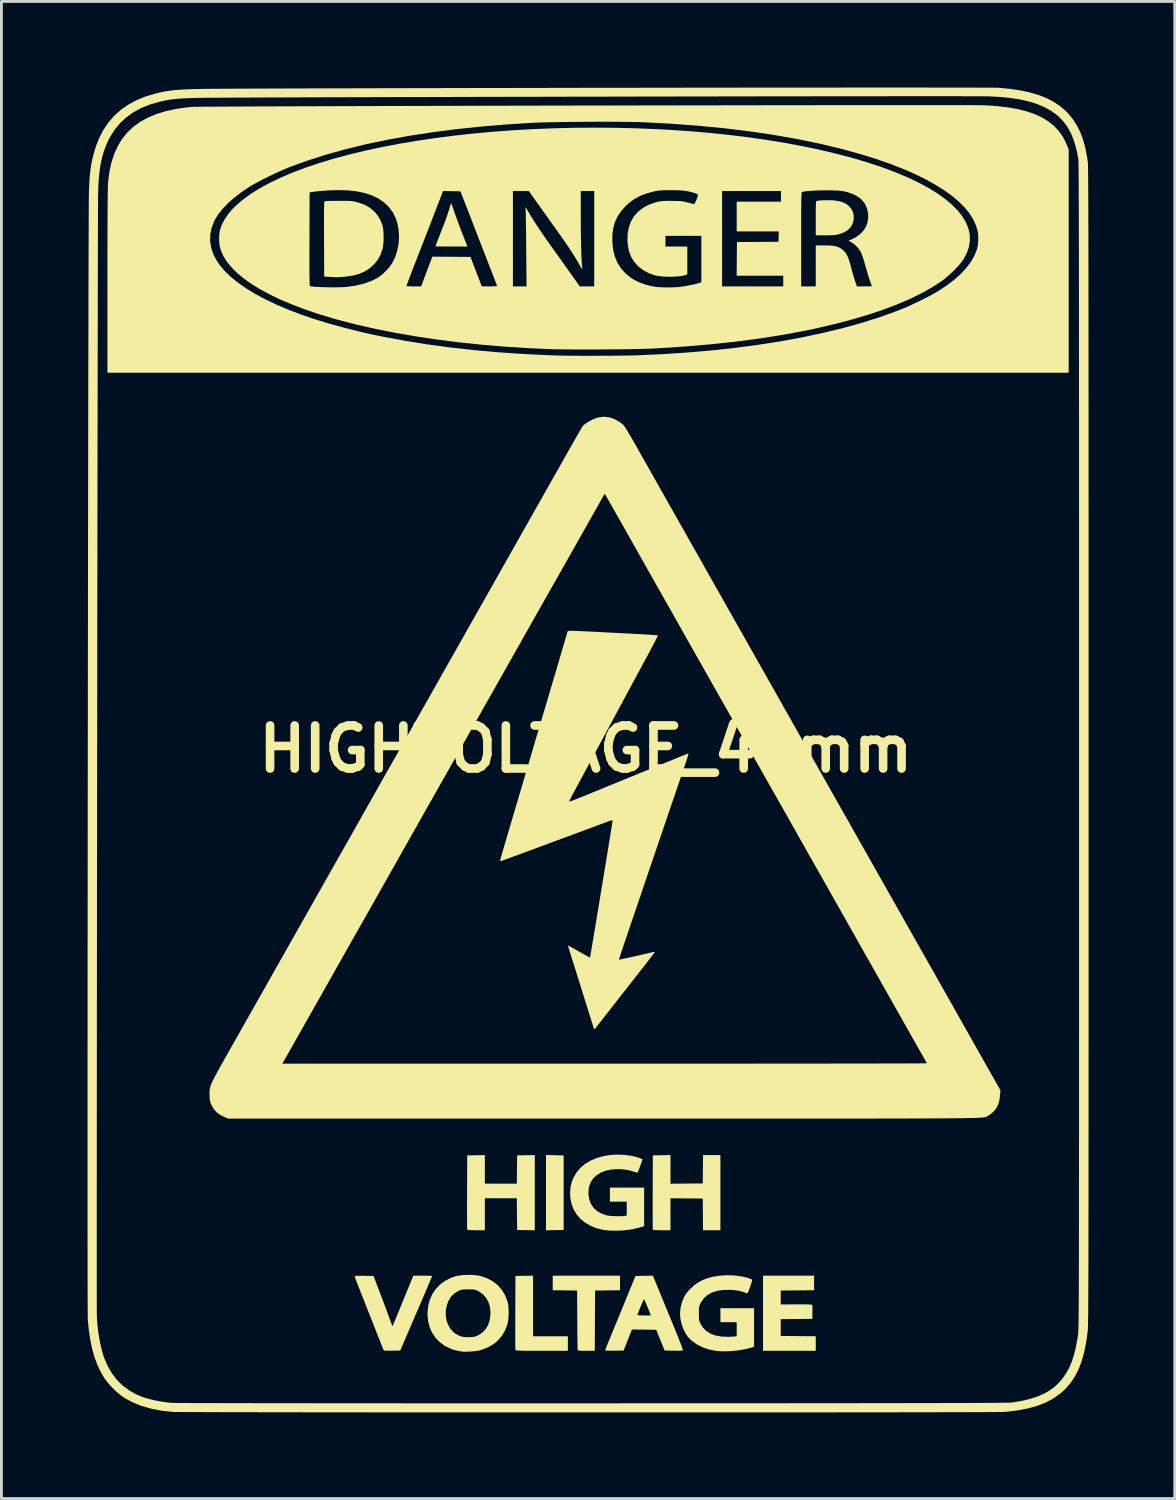
<source format=kicad_pcb>
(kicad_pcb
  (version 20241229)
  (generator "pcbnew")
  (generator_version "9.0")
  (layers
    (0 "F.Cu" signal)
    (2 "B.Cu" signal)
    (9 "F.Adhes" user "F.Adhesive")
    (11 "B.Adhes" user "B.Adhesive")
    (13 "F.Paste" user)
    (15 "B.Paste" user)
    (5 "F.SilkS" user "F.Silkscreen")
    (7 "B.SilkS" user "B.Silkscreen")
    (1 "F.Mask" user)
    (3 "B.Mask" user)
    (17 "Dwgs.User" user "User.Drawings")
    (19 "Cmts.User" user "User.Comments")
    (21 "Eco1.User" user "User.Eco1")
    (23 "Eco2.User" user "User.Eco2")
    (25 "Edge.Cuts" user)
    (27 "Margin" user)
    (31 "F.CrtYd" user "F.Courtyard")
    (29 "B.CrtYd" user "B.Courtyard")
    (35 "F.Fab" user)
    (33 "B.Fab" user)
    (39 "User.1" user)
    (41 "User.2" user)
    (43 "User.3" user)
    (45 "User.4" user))
  (footprint "HIGHVOLTAGE_40mm"
    (layer "F.Cu")
    (at 17.359 23.046)
    (property "Reference" "HIGHVOLTAGE_40mm" (at 0 0 0) (layer "F.SilkS") (effects (font (size 1.5 1.5) (thickness 0.3))))
    (attr board_only exclude_from_pos_files exclude_from_bom)
    (fp_poly (pts (xy -1.08 14.15) (xy -0.772 14.156) (xy -0.772 15.455) (xy -0.772 16.754) (xy -1.08 16.76) (xy -1.387 16.765) (xy -1.387 15.455) (xy -1.387 14.145)) (stroke (width 0) (type solid)) (fill yes) (layer "F.SilkS"))
    (fp_poly (pts (xy 1.192 18.6) (xy 1.192 18.854) (xy 0.757 18.859) (xy 0.322 18.864) (xy 0.317 19.915) (xy 0.312 20.965) (xy 0.019 20.965) (xy -0.104 20.964) (xy -0.191 20.961) (xy -0.248 20.955) (xy -0.277 20.947) (xy -0.284 20.94) (xy -0.286 20.917) (xy -0.288 20.858) (xy -0.29 20.767) (xy -0.291 20.648) (xy -0.293 20.506) (xy -0.295 20.342) (xy -0.296 20.162) (xy -0.298 19.969) (xy -0.298 19.89) (xy -0.303 18.864) (xy -0.728 18.859) (xy -1.153 18.854) (xy -1.153 18.6) (xy -1.153 18.347) (xy 0.02 18.347) (xy 1.192 18.347)) (stroke (width 0) (type solid)) (fill yes) (layer "F.SilkS"))
    (fp_poly (pts (xy -1.837 19.401) (xy -1.837 20.457) (xy -1.231 20.457) (xy -0.625 20.457) (xy -0.625 20.711) (xy -0.625 20.965) (xy -1.534 20.965) (xy -1.756 20.965) (xy -1.942 20.964) (xy -2.094 20.963) (xy -2.215 20.961) (xy -2.308 20.958) (xy -2.376 20.955) (xy -2.421 20.95) (xy -2.445 20.945) (xy -2.453 20.94) (xy -2.454 20.917) (xy -2.456 20.858) (xy -2.457 20.767) (xy -2.458 20.646) (xy -2.458 20.499) (xy -2.458 20.331) (xy -2.458 20.142) (xy -2.458 19.938) (xy -2.457 19.722) (xy -2.457 19.636) (xy -2.452 18.356) (xy -2.144 18.351) (xy -1.837 18.346)) (stroke (width 0) (type solid)) (fill yes) (layer "F.SilkS"))
    (fp_poly (pts (xy 7.952 18.6) (xy 7.952 18.854) (xy 7.371 18.859) (xy 6.79 18.864) (xy 6.79 19.107) (xy 6.79 19.351) (xy 7.269 19.345) (xy 7.407 19.344) (xy 7.535 19.344) (xy 7.647 19.346) (xy 7.737 19.348) (xy 7.799 19.351) (xy 7.821 19.353) (xy 7.894 19.367) (xy 7.894 19.609) (xy 7.894 19.85) (xy 7.342 19.856) (xy 6.79 19.861) (xy 6.79 20.154) (xy 6.79 20.447) (xy 7.4 20.452) (xy 8.011 20.457) (xy 8.011 20.711) (xy 8.011 20.965) (xy 7.092 20.965) (xy 6.174 20.965) (xy 6.174 19.656) (xy 6.174 18.347) (xy 7.063 18.347) (xy 7.952 18.347)) (stroke (width 0) (type solid)) (fill yes) (layer "F.SilkS"))
    (fp_poly (pts (xy -1.778 15.455) (xy -1.778 16.765) (xy -2.086 16.76) (xy -2.393 16.754) (xy -2.399 16.202) (xy -2.404 15.65) (xy -2.96 15.65) (xy -3.517 15.65) (xy -3.517 16.207) (xy -3.517 16.764) (xy -3.82 16.764) (xy -3.945 16.763) (xy -4.035 16.76) (xy -4.093 16.755) (xy -4.125 16.747) (xy -4.133 16.74) (xy -4.135 16.716) (xy -4.136 16.657) (xy -4.137 16.566) (xy -4.138 16.445) (xy -4.138 16.299) (xy -4.139 16.13) (xy -4.139 15.942) (xy -4.138 15.738) (xy -4.138 15.521) (xy -4.137 15.435) (xy -4.132 14.156) (xy -3.825 14.15) (xy -3.517 14.145) (xy -3.517 14.644) (xy -3.517 15.142) (xy -2.96 15.142) (xy -2.404 15.142) (xy -2.399 14.649) (xy -2.393 14.156) (xy -2.086 14.15) (xy -1.778 14.145)) (stroke (width 0) (type solid)) (fill yes) (layer "F.SilkS"))
    (fp_poly (pts (xy 2.95 14.644) (xy 2.95 15.143) (xy 3.512 15.138) (xy 4.074 15.133) (xy 4.079 14.639) (xy 4.084 14.146) (xy 4.387 14.146) (xy 4.689 14.146) (xy 4.689 15.455) (xy 4.689 16.764) (xy 4.387 16.764) (xy 4.084 16.764) (xy 4.079 16.212) (xy 4.074 15.66) (xy 3.512 15.655) (xy 2.95 15.65) (xy 2.95 16.207) (xy 2.95 16.764) (xy 2.647 16.764) (xy 2.522 16.763) (xy 2.433 16.76) (xy 2.374 16.755) (xy 2.342 16.747) (xy 2.334 16.74) (xy 2.333 16.716) (xy 2.331 16.657) (xy 2.33 16.566) (xy 2.329 16.445) (xy 2.329 16.299) (xy 2.329 16.13) (xy 2.329 15.942) (xy 2.329 15.738) (xy 2.329 15.521) (xy 2.33 15.435) (xy 2.335 14.156) (xy 2.643 14.15) (xy 2.95 14.145)) (stroke (width 0) (type solid)) (fill yes) (layer "F.SilkS"))
    (fp_poly (pts (xy 8.512 -19.12) (xy 8.612 -19.116) (xy 8.681 -19.11) (xy 8.844 -19.081) (xy 8.977 -19.039) (xy 9.087 -18.98) (xy 9.153 -18.93) (xy 9.247 -18.827) (xy 9.306 -18.713) (xy 9.334 -18.581) (xy 9.334 -18.572) (xy 9.329 -18.421) (xy 9.288 -18.285) (xy 9.213 -18.166) (xy 9.107 -18.067) (xy 8.97 -17.988) (xy 8.819 -17.936) (xy 8.749 -17.92) (xy 8.676 -17.909) (xy 8.592 -17.902) (xy 8.486 -17.898) (xy 8.351 -17.897) (xy 8.34 -17.897) (xy 8.011 -17.897) (xy 8.011 -18.492) (xy 8.011 -18.66) (xy 8.011 -18.794) (xy 8.013 -18.897) (xy 8.015 -18.973) (xy 8.018 -19.027) (xy 8.023 -19.062) (xy 8.029 -19.082) (xy 8.037 -19.093) (xy 8.045 -19.096) (xy 8.101 -19.106) (xy 8.185 -19.114) (xy 8.289 -19.119) (xy 8.401 -19.121)) (stroke (width 0) (type solid)) (fill yes) (layer "F.SilkS"))
    (fp_poly (pts (xy -4.682 -18.993) (xy -4.662 -18.944) (xy -4.635 -18.869) (xy -4.601 -18.776) (xy -4.57 -18.683) (xy -4.525 -18.555) (xy -4.471 -18.404) (xy -4.412 -18.244) (xy -4.353 -18.088) (xy -4.309 -17.975) (xy -4.263 -17.859) (xy -4.221 -17.752) (xy -4.185 -17.662) (xy -4.158 -17.594) (xy -4.143 -17.555) (xy -4.141 -17.55) (xy -4.124 -17.506) (xy -4.68 -17.506) (xy -4.823 -17.507) (xy -4.952 -17.507) (xy -5.063 -17.509) (xy -5.15 -17.51) (xy -5.21 -17.512) (xy -5.236 -17.514) (xy -5.236 -17.514) (xy -5.23 -17.535) (xy -5.213 -17.583) (xy -5.191 -17.646) (xy -5.165 -17.713) (xy -5.142 -17.774) (xy -5.124 -17.818) (xy -5.12 -17.829) (xy -5.104 -17.867) (xy -5.079 -17.928) (xy -5.054 -17.995) (xy -5.024 -18.072) (xy -4.987 -18.168) (xy -4.948 -18.269) (xy -4.933 -18.308) (xy -4.893 -18.413) (xy -4.852 -18.53) (xy -4.811 -18.65) (xy -4.773 -18.763) (xy -4.743 -18.861) (xy -4.723 -18.934) (xy -4.719 -18.949) (xy -4.706 -18.991) (xy -4.694 -19.01) (xy -4.693 -19.01)) (stroke (width 0) (type solid)) (fill yes) (layer "F.SilkS"))
    (fp_poly (pts (xy -8.448 -19.099) (xy -8.332 -19.097) (xy -8.242 -19.095) (xy -8.171 -19.091) (xy -8.113 -19.084) (xy -8.061 -19.075) (xy -8.009 -19.062) (xy -7.972 -19.052) (xy -7.842 -19.013) (xy -7.739 -18.975) (xy -7.651 -18.934) (xy -7.566 -18.883) (xy -7.525 -18.857) (xy -7.367 -18.726) (xy -7.237 -18.57) (xy -7.138 -18.39) (xy -7.08 -18.229) (xy -7.061 -18.131) (xy -7.049 -18.006) (xy -7.044 -17.866) (xy -7.046 -17.723) (xy -7.055 -17.588) (xy -7.07 -17.474) (xy -7.081 -17.428) (xy -7.146 -17.236) (xy -7.233 -17.071) (xy -7.347 -16.921) (xy -7.403 -16.863) (xy -7.552 -16.735) (xy -7.715 -16.632) (xy -7.898 -16.554) (xy -8.104 -16.497) (xy -8.339 -16.461) (xy -8.441 -16.451) (xy -8.536 -16.445) (xy -8.62 -16.439) (xy -8.681 -16.436) (xy -8.713 -16.436) (xy -8.714 -16.436) (xy -8.746 -16.439) (xy -8.806 -16.443) (xy -8.884 -16.448) (xy -8.929 -16.45) (xy -9.115 -16.461) (xy -9.12 -17.766) (xy -9.121 -18.024) (xy -9.121 -18.246) (xy -9.122 -18.434) (xy -9.122 -18.592) (xy -9.121 -18.721) (xy -9.12 -18.826) (xy -9.118 -18.907) (xy -9.116 -18.97) (xy -9.113 -19.015) (xy -9.109 -19.047) (xy -9.105 -19.067) (xy -9.099 -19.078) (xy -9.093 -19.084) (xy -9.09 -19.085) (xy -9.062 -19.089) (xy -9 -19.092) (xy -8.911 -19.095) (xy -8.801 -19.097) (xy -8.675 -19.099) (xy -8.597 -19.099)) (stroke (width 0) (type solid)) (fill yes) (layer "F.SilkS"))
    (fp_poly (pts (xy 2.588 18.957) (xy 2.66 19.131) (xy 2.742 19.331) (xy 2.83 19.546) (xy 2.921 19.766) (xy 3.009 19.981) (xy 3.09 20.179) (xy 3.12 20.251) (xy 3.182 20.404) (xy 3.239 20.547) (xy 3.289 20.674) (xy 3.329 20.782) (xy 3.36 20.866) (xy 3.379 20.923) (xy 3.384 20.949) (xy 3.384 20.95) (xy 3.359 20.955) (xy 3.303 20.959) (xy 3.222 20.961) (xy 3.123 20.961) (xy 3.056 20.96) (xy 2.745 20.955) (xy 2.599 20.594) (xy 2.452 20.232) (xy 2.03 20.227) (xy 1.607 20.222) (xy 1.462 20.588) (xy 1.316 20.955) (xy 1.004 20.96) (xy 0.897 20.961) (xy 0.805 20.961) (xy 0.733 20.959) (xy 0.69 20.956) (xy 0.679 20.954) (xy 0.681 20.932) (xy 0.696 20.883) (xy 0.721 20.816) (xy 0.735 20.782) (xy 0.754 20.736) (xy 0.787 20.657) (xy 0.832 20.549) (xy 0.886 20.416) (xy 0.95 20.261) (xy 1.021 20.089) (xy 1.097 19.902) (xy 1.172 19.719) (xy 1.797 19.719) (xy 1.815 19.724) (xy 1.863 19.728) (xy 1.932 19.731) (xy 2.012 19.733) (xy 2.094 19.734) (xy 2.169 19.734) (xy 2.228 19.732) (xy 2.262 19.729) (xy 2.266 19.727) (xy 2.259 19.706) (xy 2.24 19.657) (xy 2.212 19.588) (xy 2.178 19.507) (xy 2.142 19.42) (xy 2.107 19.336) (xy 2.075 19.262) (xy 2.051 19.207) (xy 2.038 19.178) (xy 2.037 19.177) (xy 2.026 19.176) (xy 2.006 19.204) (xy 1.977 19.262) (xy 1.938 19.354) (xy 1.909 19.426) (xy 1.87 19.523) (xy 1.837 19.608) (xy 1.813 19.672) (xy 1.799 19.711) (xy 1.797 19.719) (xy 1.172 19.719) (xy 1.178 19.705) (xy 1.262 19.5) (xy 1.266 19.49) (xy 1.73 18.356) (xy 2.034 18.351) (xy 2.337 18.346)) (stroke (width 0) (type solid)) (fill yes) (layer "F.SilkS"))
    (fp_poly (pts (xy -5.573 18.347) (xy -5.48 18.349) (xy -5.408 18.352) (xy -5.364 18.356) (xy -5.354 18.359) (xy -5.361 18.378) (xy -5.383 18.431) (xy -5.417 18.513) (xy -5.464 18.622) (xy -5.52 18.755) (xy -5.586 18.908) (xy -5.659 19.08) (xy -5.739 19.266) (xy -5.824 19.464) (xy -5.855 19.536) (xy -5.944 19.741) (xy -6.029 19.939) (xy -6.109 20.125) (xy -6.183 20.297) (xy -6.249 20.452) (xy -6.306 20.585) (xy -6.353 20.693) (xy -6.387 20.773) (xy -6.408 20.821) (xy -6.411 20.828) (xy -6.465 20.955) (xy -6.748 20.96) (xy -6.849 20.961) (xy -6.935 20.96) (xy -7 20.957) (xy -7.036 20.953) (xy -7.04 20.951) (xy -7.049 20.93) (xy -7.071 20.876) (xy -7.104 20.794) (xy -7.147 20.686) (xy -7.199 20.555) (xy -7.257 20.407) (xy -7.322 20.244) (xy -7.39 20.069) (xy -7.392 20.066) (xy -7.467 19.874) (xy -7.544 19.678) (xy -7.621 19.485) (xy -7.693 19.3) (xy -7.761 19.13) (xy -7.82 18.981) (xy -7.868 18.858) (xy -7.892 18.799) (xy -7.938 18.681) (xy -7.979 18.574) (xy -8.013 18.485) (xy -8.036 18.418) (xy -8.049 18.379) (xy -8.05 18.373) (xy -8.044 18.363) (xy -8.023 18.356) (xy -7.981 18.351) (xy -7.914 18.35) (xy -7.817 18.35) (xy -7.723 18.351) (xy -7.396 18.356) (xy -7.195 18.884) (xy -7.135 19.04) (xy -7.073 19.204) (xy -7.012 19.366) (xy -6.956 19.518) (xy -6.907 19.649) (xy -6.876 19.734) (xy -6.837 19.841) (xy -6.802 19.936) (xy -6.774 20.013) (xy -6.755 20.066) (xy -6.748 20.086) (xy -6.745 20.093) (xy -6.743 20.1) (xy -6.741 20.102) (xy -6.736 20.098) (xy -6.728 20.084) (xy -6.715 20.058) (xy -6.697 20.017) (xy -6.672 19.958) (xy -6.638 19.879) (xy -6.596 19.777) (xy -6.543 19.648) (xy -6.478 19.491) (xy -6.401 19.302) (xy -6.34 19.153) (xy -6.009 18.347) (xy -5.681 18.347)) (stroke (width 0) (type solid)) (fill yes) (layer "F.SilkS"))
    (fp_poly (pts (xy 1.204 14.132) (xy 1.402 14.145) (xy 1.583 14.17) (xy 1.611 14.176) (xy 1.701 14.197) (xy 1.79 14.221) (xy 1.869 14.247) (xy 1.931 14.271) (xy 1.967 14.29) (xy 1.973 14.299) (xy 1.967 14.321) (xy 1.95 14.371) (xy 1.925 14.44) (xy 1.897 14.519) (xy 1.867 14.598) (xy 1.841 14.669) (xy 1.819 14.723) (xy 1.807 14.751) (xy 1.807 14.752) (xy 1.785 14.754) (xy 1.737 14.743) (xy 1.673 14.724) (xy 1.666 14.721) (xy 1.477 14.669) (xy 1.277 14.641) (xy 1.104 14.635) (xy 0.888 14.649) (xy 0.693 14.69) (xy 0.522 14.756) (xy 0.377 14.846) (xy 0.259 14.959) (xy 0.17 15.092) (xy 0.114 15.246) (xy 0.1 15.322) (xy 0.09 15.511) (xy 0.116 15.685) (xy 0.176 15.841) (xy 0.267 15.978) (xy 0.388 16.092) (xy 0.538 16.181) (xy 0.714 16.243) (xy 0.727 16.246) (xy 0.801 16.258) (xy 0.9 16.267) (xy 1.013 16.273) (xy 1.13 16.276) (xy 1.238 16.274) (xy 1.325 16.269) (xy 1.365 16.263) (xy 1.426 16.251) (xy 1.426 16.009) (xy 1.426 15.768) (xy 1.133 15.768) (xy 0.84 15.768) (xy 0.84 15.523) (xy 0.84 15.279) (xy 1.436 15.279) (xy 2.032 15.279) (xy 2.032 15.952) (xy 2.032 16.624) (xy 1.929 16.654) (xy 1.82 16.684) (xy 1.73 16.706) (xy 1.644 16.724) (xy 1.545 16.741) (xy 1.463 16.753) (xy 1.305 16.77) (xy 1.13 16.779) (xy 0.953 16.78) (xy 0.785 16.772) (xy 0.64 16.757) (xy 0.615 16.753) (xy 0.375 16.694) (xy 0.159 16.607) (xy -0.031 16.495) (xy -0.195 16.359) (xy -0.329 16.2) (xy -0.433 16.022) (xy -0.504 15.824) (xy -0.541 15.61) (xy -0.547 15.484) (xy -0.536 15.285) (xy -0.499 15.108) (xy -0.434 14.941) (xy -0.336 14.772) (xy -0.324 14.754) (xy -0.191 14.592) (xy -0.026 14.453) (xy 0.167 14.337) (xy 0.387 14.245) (xy 0.633 14.178) (xy 0.829 14.145) (xy 1.007 14.132)) (stroke (width 0) (type solid)) (fill yes) (layer "F.SilkS"))
    (fp_poly (pts (xy 5.166 18.339) (xy 5.401 18.367) (xy 5.618 18.416) (xy 5.676 18.435) (xy 5.735 18.457) (xy 5.778 18.476) (xy 5.791 18.485) (xy 5.792 18.509) (xy 5.78 18.565) (xy 5.756 18.646) (xy 5.724 18.737) (xy 5.687 18.837) (xy 5.659 18.904) (xy 5.638 18.944) (xy 5.621 18.96) (xy 5.608 18.96) (xy 5.461 18.906) (xy 5.314 18.869) (xy 5.152 18.848) (xy 5.031 18.841) (xy 4.792 18.845) (xy 4.581 18.875) (xy 4.398 18.933) (xy 4.243 19.017) (xy 4.116 19.129) (xy 4.018 19.267) (xy 4 19.301) (xy 3.974 19.358) (xy 3.956 19.405) (xy 3.945 19.452) (xy 3.939 19.51) (xy 3.938 19.59) (xy 3.938 19.665) (xy 3.939 19.769) (xy 3.943 19.844) (xy 3.95 19.9) (xy 3.964 19.947) (xy 3.984 19.996) (xy 3.989 20.007) (xy 4.077 20.153) (xy 4.192 20.271) (xy 4.333 20.362) (xy 4.503 20.427) (xy 4.7 20.465) (xy 4.915 20.476) (xy 5.01 20.475) (xy 5.097 20.472) (xy 5.164 20.468) (xy 5.195 20.464) (xy 5.256 20.452) (xy 5.256 20.21) (xy 5.256 19.968) (xy 4.973 19.968) (xy 4.689 19.968) (xy 4.689 19.724) (xy 4.689 19.48) (xy 5.275 19.48) (xy 5.862 19.48) (xy 5.862 20.153) (xy 5.862 20.827) (xy 5.759 20.856) (xy 5.52 20.914) (xy 5.27 20.955) (xy 5.02 20.978) (xy 4.781 20.984) (xy 4.562 20.97) (xy 4.51 20.963) (xy 4.275 20.914) (xy 4.057 20.837) (xy 3.859 20.736) (xy 3.688 20.612) (xy 3.566 20.491) (xy 3.479 20.368) (xy 3.403 20.217) (xy 3.343 20.05) (xy 3.302 19.877) (xy 3.283 19.71) (xy 3.282 19.675) (xy 3.296 19.504) (xy 3.335 19.324) (xy 3.394 19.154) (xy 3.415 19.109) (xy 3.46 19.025) (xy 3.514 18.947) (xy 3.585 18.864) (xy 3.653 18.795) (xy 3.787 18.673) (xy 3.923 18.577) (xy 4.075 18.498) (xy 4.243 18.433) (xy 4.45 18.379) (xy 4.68 18.344) (xy 4.922 18.331)) (stroke (width 0) (type solid)) (fill yes) (layer "F.SilkS"))
    (fp_poly (pts (xy -3.918 18.323) (xy -3.769 18.338) (xy -3.651 18.362) (xy -3.429 18.44) (xy -3.234 18.548) (xy -3.064 18.683) (xy -2.923 18.844) (xy -2.812 19.03) (xy -2.731 19.24) (xy -2.724 19.265) (xy -2.7 19.389) (xy -2.688 19.536) (xy -2.687 19.694) (xy -2.698 19.849) (xy -2.72 19.989) (xy -2.732 20.038) (xy -2.811 20.249) (xy -2.922 20.438) (xy -3.065 20.605) (xy -3.157 20.687) (xy -3.254 20.755) (xy -3.376 20.823) (xy -3.509 20.884) (xy -3.639 20.932) (xy -3.727 20.956) (xy -3.805 20.969) (xy -3.903 20.98) (xy -4.01 20.989) (xy -4.116 20.995) (xy -4.209 20.997) (xy -4.279 20.995) (xy -4.298 20.993) (xy -4.417 20.971) (xy -4.507 20.953) (xy -4.577 20.936) (xy -4.637 20.918) (xy -4.696 20.896) (xy -4.708 20.892) (xy -4.91 20.793) (xy -5.086 20.666) (xy -5.234 20.513) (xy -5.352 20.338) (xy -5.44 20.142) (xy -5.495 19.927) (xy -5.516 19.697) (xy -5.516 19.656) (xy -5.509 19.575) (xy -4.879 19.575) (xy -4.879 19.748) (xy -4.85 19.915) (xy -4.793 20.07) (xy -4.711 20.208) (xy -4.603 20.322) (xy -4.551 20.361) (xy -4.447 20.424) (xy -4.347 20.464) (xy -4.237 20.485) (xy -4.106 20.49) (xy -4.06 20.489) (xy -3.964 20.484) (xy -3.894 20.475) (xy -3.835 20.46) (xy -3.773 20.434) (xy -3.744 20.421) (xy -3.605 20.331) (xy -3.492 20.214) (xy -3.407 20.071) (xy -3.35 19.905) (xy -3.324 19.717) (xy -3.322 19.644) (xy -3.338 19.451) (xy -3.387 19.279) (xy -3.468 19.129) (xy -3.58 19.001) (xy -3.723 18.898) (xy -3.756 18.88) (xy -3.802 18.856) (xy -3.845 18.841) (xy -3.891 18.832) (xy -3.953 18.827) (xy -4.039 18.825) (xy -4.094 18.825) (xy -4.195 18.826) (xy -4.267 18.829) (xy -4.321 18.836) (xy -4.368 18.848) (xy -4.417 18.869) (xy -4.458 18.889) (xy -4.589 18.971) (xy -4.694 19.076) (xy -4.778 19.212) (xy -4.789 19.234) (xy -4.849 19.402) (xy -4.879 19.575) (xy -5.509 19.575) (xy -5.495 19.419) (xy -5.44 19.199) (xy -5.352 18.998) (xy -5.233 18.818) (xy -5.084 18.661) (xy -4.908 18.53) (xy -4.705 18.426) (xy -4.519 18.362) (xy -4.393 18.338) (xy -4.243 18.323) (xy -4.08 18.318)) (stroke (width 0) (type solid)) (fill yes) (layer "F.SilkS"))
    (fp_poly (pts (xy 11.983 -22.434) (xy 12.317 -22.434) (xy 12.623 -22.434) (xy 12.901 -22.434) (xy 13.147 -22.433) (xy 13.363 -22.433) (xy 13.545 -22.432) (xy 13.694 -22.431) (xy 13.807 -22.43) (xy 13.884 -22.429) (xy 13.922 -22.428) (xy 14.333 -22.4) (xy 14.71 -22.355) (xy 15.053 -22.294) (xy 15.364 -22.215) (xy 15.644 -22.118) (xy 15.893 -22.003) (xy 16.113 -21.868) (xy 16.306 -21.714) (xy 16.471 -21.539) (xy 16.611 -21.345) (xy 16.725 -21.128) (xy 16.763 -21.04) (xy 16.823 -20.89) (xy 16.823 -17) (xy 16.823 -13.11) (xy 0.078 -13.11) (xy -16.666 -13.11) (xy -16.666 -16.294) (xy -16.666 -16.771) (xy -16.666 -17.214) (xy -16.665 -17.623) (xy -16.665 -17.698) (xy -13.088 -17.698) (xy -13.054 -17.475) (xy -12.981 -17.253) (xy -12.871 -17.033) (xy -12.75 -16.855) (xy -12.573 -16.646) (xy -12.359 -16.441) (xy -12.108 -16.239) (xy -11.821 -16.041) (xy -11.501 -15.847) (xy -11.148 -15.659) (xy -10.764 -15.477) (xy -10.35 -15.302) (xy -9.906 -15.133) (xy -9.436 -14.973) (xy -8.939 -14.821) (xy -8.417 -14.678) (xy -8.255 -14.637) (xy -8.07 -14.591) (xy -7.915 -14.552) (xy -7.783 -14.52) (xy -7.667 -14.493) (xy -7.557 -14.468) (xy -7.448 -14.444) (xy -7.331 -14.42) (xy -7.199 -14.393) (xy -7.045 -14.362) (xy -7.037 -14.361) (xy -6.285 -14.221) (xy -5.52 -14.098) (xy -4.737 -13.992) (xy -3.933 -13.902) (xy -3.105 -13.827) (xy -2.248 -13.768) (xy -1.361 -13.724) (xy -0.967 -13.71) (xy -0.858 -13.707) (xy -0.714 -13.705) (xy -0.542 -13.703) (xy -0.348 -13.702) (xy -0.135 -13.701) (xy 0.09 -13.701) (xy 0.322 -13.701) (xy 0.556 -13.702) (xy 0.787 -13.703) (xy 1.008 -13.704) (xy 1.216 -13.706) (xy 1.404 -13.709) (xy 1.567 -13.711) (xy 1.699 -13.715) (xy 1.749 -13.716) (xy 2.641 -13.756) (xy 3.512 -13.813) (xy 4.361 -13.886) (xy 5.188 -13.975) (xy 5.989 -14.081) (xy 6.764 -14.201) (xy 7.512 -14.338) (xy 8.231 -14.49) (xy 8.919 -14.656) (xy 9.576 -14.837) (xy 10.199 -15.033) (xy 10.788 -15.243) (xy 11.039 -15.341) (xy 11.182 -15.401) (xy 11.345 -15.475) (xy 11.521 -15.558) (xy 11.701 -15.646) (xy 11.876 -15.734) (xy 12.037 -15.819) (xy 12.175 -15.895) (xy 12.24 -15.933) (xy 12.547 -16.133) (xy 12.819 -16.337) (xy 13.055 -16.546) (xy 13.254 -16.76) (xy 13.417 -16.976) (xy 13.541 -17.195) (xy 13.622 -17.399) (xy 13.65 -17.521) (xy 13.668 -17.666) (xy 13.673 -17.815) (xy 13.666 -17.954) (xy 13.659 -18.006) (xy 13.601 -18.223) (xy 13.506 -18.438) (xy 13.373 -18.652) (xy 13.203 -18.862) (xy 12.997 -19.069) (xy 12.755 -19.273) (xy 12.479 -19.472) (xy 12.169 -19.666) (xy 11.825 -19.856) (xy 11.45 -20.039) (xy 11.042 -20.217) (xy 10.604 -20.387) (xy 10.135 -20.551) (xy 9.686 -20.692) (xy 8.954 -20.897) (xy 8.188 -21.082) (xy 7.388 -21.248) (xy 6.556 -21.395) (xy 5.691 -21.523) (xy 4.793 -21.631) (xy 3.864 -21.72) (xy 2.903 -21.79) (xy 1.944 -21.839) (xy 1.796 -21.843) (xy 1.615 -21.847) (xy 1.404 -21.85) (xy 1.169 -21.852) (xy 0.914 -21.854) (xy 0.644 -21.854) (xy 0.365 -21.854) (xy 0.08 -21.853) (xy -0.205 -21.851) (xy -0.486 -21.848) (xy -0.757 -21.845) (xy -1.015 -21.841) (xy -1.254 -21.837) (xy -1.47 -21.832) (xy -1.657 -21.826) (xy -1.811 -21.82) (xy -1.846 -21.818) (xy -2.764 -21.76) (xy -3.653 -21.686) (xy -4.513 -21.596) (xy -5.343 -21.489) (xy -6.143 -21.366) (xy -6.911 -21.227) (xy -7.647 -21.073) (xy -8.35 -20.902) (xy -9.02 -20.717) (xy -9.655 -20.515) (xy -10.256 -20.299) (xy -10.376 -20.252) (xy -10.517 -20.193) (xy -10.679 -20.122) (xy -10.853 -20.041) (xy -11.033 -19.954) (xy -11.211 -19.866) (xy -11.38 -19.779) (xy -11.533 -19.697) (xy -11.662 -19.624) (xy -11.729 -19.583) (xy -12.003 -19.398) (xy -12.25 -19.208) (xy -12.469 -19.014) (xy -12.655 -18.818) (xy -12.809 -18.624) (xy -12.927 -18.432) (xy -12.958 -18.368) (xy -13.04 -18.146) (xy -13.083 -17.922) (xy -13.088 -17.698) (xy -16.665 -17.698) (xy -16.664 -17.998) (xy -16.663 -18.338) (xy -16.662 -18.642) (xy -16.66 -18.91) (xy -16.658 -19.143) (xy -16.656 -19.338) (xy -16.653 -19.496) (xy -16.65 -19.616) (xy -16.647 -19.697) (xy -16.646 -19.728) (xy -16.601 -20.089) (xy -16.531 -20.422) (xy -16.433 -20.727) (xy -16.308 -21.004) (xy -16.156 -21.255) (xy -15.974 -21.48) (xy -15.764 -21.679) (xy -15.525 -21.852) (xy -15.256 -22) (xy -14.957 -22.125) (xy -14.627 -22.225) (xy -14.266 -22.302) (xy -14.146 -22.321) (xy -14.031 -22.337) (xy -13.9 -22.354) (xy -13.773 -22.368) (xy -13.726 -22.372) (xy -13.694 -22.374) (xy -13.624 -22.375) (xy -13.517 -22.376) (xy -13.375 -22.378) (xy -13.199 -22.379) (xy -12.99 -22.38) (xy -12.749 -22.382) (xy -12.477 -22.383) (xy -12.177 -22.385) (xy -11.848 -22.386) (xy -11.492 -22.388) (xy -11.11 -22.389) (xy -10.704 -22.391) (xy -10.275 -22.392) (xy -9.824 -22.394) (xy -9.352 -22.395) (xy -8.86 -22.397) (xy -8.35 -22.399) (xy -7.822 -22.4) (xy -7.279 -22.402) (xy -6.721 -22.403) (xy -6.15 -22.405) (xy -5.566 -22.406) (xy -4.971 -22.408) (xy -4.367 -22.409) (xy -3.753 -22.411) (xy -3.133 -22.412) (xy -2.506 -22.414) (xy -1.874 -22.415) (xy -1.238 -22.417) (xy -0.6 -22.418) (xy 0.039 -22.419) (xy 0.679 -22.42) (xy 1.318 -22.422) (xy 1.954 -22.423) (xy 2.587 -22.424) (xy 3.215 -22.425) (xy 3.837 -22.426) (xy 4.451 -22.427) (xy 5.058 -22.428) (xy 5.655 -22.429) (xy 6.241 -22.43) (xy 6.814 -22.431) (xy 7.375 -22.431) (xy 7.921 -22.432) (xy 8.451 -22.433) (xy 8.965 -22.433) (xy 9.46 -22.433) (xy 9.936 -22.434) (xy 10.392 -22.434) (xy 10.825 -22.434) (xy 11.236 -22.434) (xy 11.622 -22.434)) (stroke (width 0) (type solid)) (fill yes) (layer "F.SilkS"))
    (fp_poly (pts (xy -0.466 -4.119) (xy -0.404 -4.118) (xy -0.321 -4.115) (xy -0.217 -4.11) (xy -0.088 -4.104) (xy 0.066 -4.097) (xy 0.247 -4.088) (xy 0.457 -4.078) (xy 0.698 -4.065) (xy 0.971 -4.051) (xy 1.278 -4.035) (xy 1.621 -4.017) (xy 1.999 -3.997) (xy 2.136 -3.989) (xy 2.259 -3.981) (xy 2.363 -3.974) (xy 2.444 -3.968) (xy 2.496 -3.963) (xy 2.513 -3.96) (xy 2.506 -3.942) (xy 2.483 -3.892) (xy 2.444 -3.816) (xy 2.392 -3.715) (xy 2.329 -3.595) (xy 2.256 -3.458) (xy 2.176 -3.308) (xy 2.122 -3.207) (xy 2.025 -3.028) (xy 1.914 -2.822) (xy 1.794 -2.599) (xy 1.667 -2.365) (xy 1.54 -2.128) (xy 1.416 -1.898) (xy 1.299 -1.682) (xy 1.244 -1.578) (xy 1.04 -1.199) (xy 0.853 -0.853) (xy 0.684 -0.539) (xy 0.531 -0.256) (xy 0.394 -0.001) (xy 0.272 0.225) (xy 0.165 0.424) (xy 0.071 0.598) (xy -0.009 0.748) (xy -0.078 0.874) (xy -0.134 0.979) (xy -0.18 1.064) (xy -0.215 1.129) (xy -0.24 1.177) (xy -0.254 1.202) (xy -0.292 1.272) (xy -0.342 1.365) (xy -0.398 1.469) (xy -0.454 1.573) (xy -0.458 1.58) (xy -0.504 1.667) (xy -0.542 1.742) (xy -0.568 1.798) (xy -0.579 1.828) (xy -0.578 1.832) (xy -0.569 1.831) (xy -0.546 1.824) (xy -0.505 1.81) (xy -0.446 1.788) (xy -0.366 1.757) (xy -0.264 1.716) (xy -0.136 1.665) (xy 0.02 1.602) (xy 0.204 1.526) (xy 0.42 1.438) (xy 0.67 1.335) (xy 0.713 1.318) (xy 0.847 1.263) (xy 1.006 1.198) (xy 1.184 1.125) (xy 1.374 1.047) (xy 1.569 0.967) (xy 1.763 0.888) (xy 1.947 0.813) (xy 2.117 0.744) (xy 2.264 0.684) (xy 2.381 0.636) (xy 2.384 0.635) (xy 2.534 0.574) (xy 2.679 0.515) (xy 2.829 0.454) (xy 2.991 0.388) (xy 3.173 0.313) (xy 3.335 0.246) (xy 3.421 0.211) (xy 3.493 0.183) (xy 3.544 0.164) (xy 3.567 0.156) (xy 3.567 0.156) (xy 3.571 0.158) (xy 3.573 0.165) (xy 3.572 0.18) (xy 3.566 0.206) (xy 3.555 0.246) (xy 3.537 0.303) (xy 3.512 0.379) (xy 3.48 0.478) (xy 3.438 0.602) (xy 3.386 0.754) (xy 3.324 0.937) (xy 3.25 1.155) (xy 3.244 1.172) (xy 3.156 1.431) (xy 3.064 1.701) (xy 2.967 1.985) (xy 2.865 2.284) (xy 2.757 2.603) (xy 2.641 2.943) (xy 2.517 3.307) (xy 2.384 3.698) (xy 2.241 4.119) (xy 2.087 4.571) (xy 1.934 5.021) (xy 1.861 5.237) (xy 1.783 5.466) (xy 1.704 5.7) (xy 1.624 5.933) (xy 1.548 6.156) (xy 1.478 6.363) (xy 1.416 6.546) (xy 1.377 6.659) (xy 1.325 6.813) (xy 1.278 6.954) (xy 1.236 7.08) (xy 1.202 7.185) (xy 1.176 7.266) (xy 1.16 7.318) (xy 1.156 7.337) (xy 1.176 7.334) (xy 1.228 7.324) (xy 1.308 7.307) (xy 1.409 7.285) (xy 1.527 7.259) (xy 1.656 7.231) (xy 1.79 7.201) (xy 1.925 7.17) (xy 2.054 7.141) (xy 2.173 7.113) (xy 2.276 7.089) (xy 2.331 7.075) (xy 2.38 7.066) (xy 2.398 7.071) (xy 2.397 7.081) (xy 2.383 7.102) (xy 2.347 7.15) (xy 2.294 7.221) (xy 2.226 7.31) (xy 2.145 7.414) (xy 2.056 7.528) (xy 2.021 7.573) (xy 1.924 7.696) (xy 1.831 7.815) (xy 1.745 7.925) (xy 1.67 8.021) (xy 1.611 8.097) (xy 1.571 8.148) (xy 1.565 8.156) (xy 1.525 8.207) (xy 1.466 8.282) (xy 1.394 8.375) (xy 1.313 8.477) (xy 1.23 8.582) (xy 1.22 8.595) (xy 1.132 8.707) (xy 1.028 8.841) (xy 0.914 8.986) (xy 0.799 9.133) (xy 0.69 9.273) (xy 0.645 9.33) (xy 0.56 9.44) (xy 0.481 9.54) (xy 0.414 9.626) (xy 0.36 9.694) (xy 0.325 9.739) (xy 0.31 9.758) (xy 0.291 9.76) (xy 0.284 9.748) (xy 0.277 9.725) (xy 0.259 9.668) (xy 0.231 9.58) (xy 0.194 9.463) (xy 0.15 9.322) (xy 0.099 9.158) (xy 0.042 8.976) (xy -0.02 8.778) (xy -0.087 8.566) (xy -0.138 8.402) (xy -0.207 8.18) (xy -0.274 7.966) (xy -0.337 7.765) (xy -0.396 7.578) (xy -0.448 7.41) (xy -0.494 7.264) (xy -0.532 7.142) (xy -0.561 7.049) (xy -0.58 6.988) (xy -0.587 6.966) (xy -0.605 6.905) (xy -0.617 6.861) (xy -0.619 6.845) (xy -0.601 6.853) (xy -0.554 6.877) (xy -0.483 6.916) (xy -0.393 6.966) (xy -0.289 7.024) (xy -0.236 7.055) (xy -0.126 7.117) (xy -0.029 7.171) (xy 0.051 7.215) (xy 0.11 7.247) (xy 0.142 7.263) (xy 0.146 7.264) (xy 0.15 7.244) (xy 0.16 7.187) (xy 0.176 7.098) (xy 0.196 6.979) (xy 0.221 6.833) (xy 0.249 6.662) (xy 0.282 6.47) (xy 0.317 6.26) (xy 0.354 6.033) (xy 0.394 5.793) (xy 0.436 5.544) (xy 0.478 5.286) (xy 0.521 5.025) (xy 0.565 4.762) (xy 0.608 4.5) (xy 0.65 4.242) (xy 0.692 3.991) (xy 0.731 3.749) (xy 0.769 3.521) (xy 0.803 3.307) (xy 0.835 3.112) (xy 0.863 2.938) (xy 0.887 2.788) (xy 0.907 2.665) (xy 0.922 2.571) (xy 0.931 2.51) (xy 0.935 2.483) (xy 0.935 2.483) (xy 0.915 2.481) (xy 0.868 2.492) (xy 0.803 2.513) (xy 0.782 2.521) (xy 0.729 2.54) (xy 0.646 2.572) (xy 0.536 2.613) (xy 0.405 2.661) (xy 0.258 2.716) (xy 0.101 2.774) (xy -0.059 2.833) (xy -0.244 2.902) (xy -0.443 2.975) (xy -0.647 3.051) (xy -0.847 3.125) (xy -1.033 3.194) (xy -1.196 3.254) (xy -1.27 3.282) (xy -1.558 3.388) (xy -1.812 3.483) (xy -2.033 3.565) (xy -2.225 3.636) (xy -2.388 3.696) (xy -2.526 3.747) (xy -2.641 3.789) (xy -2.734 3.823) (xy -2.808 3.85) (xy -2.866 3.871) (xy -2.909 3.886) (xy -2.939 3.896) (xy -2.959 3.902) (xy -2.972 3.905) (xy -2.978 3.905) (xy -2.981 3.904) (xy -2.983 3.902) (xy -2.984 3.901) (xy -2.982 3.879) (xy -2.972 3.828) (xy -2.953 3.756) (xy -2.934 3.689) (xy -2.913 3.616) (xy -2.882 3.512) (xy -2.845 3.386) (xy -2.803 3.244) (xy -2.759 3.094) (xy -2.717 2.95) (xy -2.667 2.781) (xy -2.609 2.586) (xy -2.547 2.378) (xy -2.485 2.168) (xy -2.427 1.97) (xy -2.384 1.827) (xy -2.339 1.674) (xy -2.285 1.492) (xy -2.225 1.289) (xy -2.161 1.073) (xy -2.096 0.853) (xy -2.032 0.635) (xy -1.972 0.43) (xy -1.963 0.401) (xy -1.905 0.205) (xy -1.845 0.002) (xy -1.786 -0.2) (xy -1.728 -0.396) (xy -1.675 -0.576) (xy -1.627 -0.736) (xy -1.589 -0.867) (xy -1.579 -0.899) (xy -1.533 -1.054) (xy -1.484 -1.221) (xy -1.434 -1.39) (xy -1.387 -1.547) (xy -1.347 -1.682) (xy -1.339 -1.71) (xy -1.302 -1.836) (xy -1.257 -1.988) (xy -1.207 -2.154) (xy -1.157 -2.324) (xy -1.11 -2.485) (xy -1.096 -2.53) (xy -1.051 -2.683) (xy -0.999 -2.861) (xy -0.942 -3.053) (xy -0.884 -3.249) (xy -0.829 -3.435) (xy -0.794 -3.556) (xy -0.63 -4.113) (xy -0.535 -4.119) (xy -0.509 -4.12)) (stroke (width 0) (type solid)) (fill yes) (layer "F.SilkS"))
    (fp_poly (pts (xy 1.085 -21.643) (xy 1.836 -21.623) (xy 2.591 -21.591) (xy 2.804 -21.58) (xy 3.535 -21.532) (xy 4.252 -21.472) (xy 4.953 -21.4) (xy 5.638 -21.316) (xy 6.304 -21.221) (xy 6.951 -21.115) (xy 7.575 -20.998) (xy 8.177 -20.871) (xy 8.754 -20.734) (xy 9.305 -20.588) (xy 9.828 -20.432) (xy 10.321 -20.268) (xy 10.784 -20.095) (xy 11.214 -19.914) (xy 11.61 -19.726) (xy 11.97 -19.53) (xy 12.251 -19.356) (xy 12.525 -19.16) (xy 12.761 -18.961) (xy 12.96 -18.759) (xy 13.12 -18.555) (xy 13.243 -18.349) (xy 13.328 -18.141) (xy 13.374 -17.931) (xy 13.382 -17.721) (xy 13.351 -17.51) (xy 13.281 -17.299) (xy 13.173 -17.088) (xy 13.139 -17.035) (xy 13.071 -16.943) (xy 12.979 -16.835) (xy 12.869 -16.718) (xy 12.748 -16.6) (xy 12.625 -16.486) (xy 12.506 -16.386) (xy 12.407 -16.31) (xy 12.075 -16.094) (xy 11.705 -15.885) (xy 11.298 -15.685) (xy 10.854 -15.494) (xy 10.374 -15.312) (xy 9.857 -15.138) (xy 9.305 -14.974) (xy 8.718 -14.818) (xy 8.096 -14.672) (xy 7.542 -14.556) (xy 6.796 -14.419) (xy 6.016 -14.298) (xy 5.2 -14.191) (xy 4.349 -14.101) (xy 3.462 -14.025) (xy 2.539 -13.965) (xy 2.237 -13.949) (xy 2.117 -13.945) (xy 1.963 -13.94) (xy 1.779 -13.936) (xy 1.57 -13.932) (xy 1.341 -13.929) (xy 1.097 -13.926) (xy 0.841 -13.924) (xy 0.58 -13.923) (xy 0.317 -13.921) (xy 0.057 -13.921) (xy -0.194 -13.921) (xy -0.433 -13.922) (xy -0.655 -13.923) (xy -0.854 -13.925) (xy -1.026 -13.927) (xy -1.167 -13.931) (xy -1.192 -13.932) (xy -2.009 -13.967) (xy -2.818 -14.019) (xy -3.615 -14.086) (xy -4.397 -14.167) (xy -5.161 -14.264) (xy -5.904 -14.374) (xy -6.623 -14.498) (xy -7.316 -14.635) (xy -7.978 -14.785) (xy -8.607 -14.947) (xy -8.848 -15.015) (xy -9.339 -15.165) (xy -9.801 -15.322) (xy -10.232 -15.486) (xy -10.633 -15.656) (xy -11.001 -15.832) (xy -11.338 -16.013) (xy -11.641 -16.199) (xy -11.91 -16.389) (xy -12.145 -16.583) (xy -12.343 -16.781) (xy -12.506 -16.98) (xy -12.511 -16.988) (xy -9.629 -16.988) (xy -9.629 -16.796) (xy -9.629 -16.634) (xy -9.628 -16.5) (xy -9.626 -16.39) (xy -9.624 -16.303) (xy -9.622 -16.237) (xy -9.619 -16.188) (xy -9.615 -16.156) (xy -9.611 -16.136) (xy -9.606 -16.128) (xy -9.605 -16.127) (xy -9.559 -16.117) (xy -9.48 -16.108) (xy -9.375 -16.101) (xy -9.249 -16.095) (xy -9.109 -16.09) (xy -8.961 -16.087) (xy -8.811 -16.086) (xy -8.666 -16.087) (xy -8.532 -16.09) (xy -8.414 -16.095) (xy -8.332 -16.101) (xy -8.147 -16.127) (xy -6.252 -16.127) (xy -6.234 -16.124) (xy -6.184 -16.122) (xy -6.109 -16.12) (xy -6.016 -16.119) (xy -5.993 -16.119) (xy -5.734 -16.119) (xy -5.698 -16.222) (xy -5.68 -16.27) (xy -5.652 -16.348) (xy -5.614 -16.449) (xy -5.57 -16.565) (xy -5.523 -16.69) (xy -5.504 -16.74) (xy -5.346 -17.155) (xy -4.682 -17.15) (xy -4.018 -17.145) (xy -3.821 -16.632) (xy -3.624 -16.119) (xy -3.354 -16.119) (xy -3.242 -16.12) (xy -3.164 -16.123) (xy -3.117 -16.128) (xy -3.095 -16.135) (xy -3.093 -16.144) (xy -3.102 -16.168) (xy -3.124 -16.223) (xy -3.155 -16.305) (xy -3.196 -16.408) (xy -3.242 -16.528) (xy -3.292 -16.657) (xy -3.348 -16.801) (xy -3.404 -16.946) (xy -3.458 -17.084) (xy -3.506 -17.207) (xy -3.545 -17.307) (xy -3.565 -17.36) (xy -3.6 -17.448) (xy -3.646 -17.569) (xy -3.704 -17.717) (xy -3.77 -17.888) (xy -3.844 -18.078) (xy -3.923 -18.282) (xy -4.005 -18.497) (xy -4.076 -18.679) (xy -4.106 -18.758) (xy -4.147 -18.862) (xy -4.192 -18.979) (xy -4.238 -19.097) (xy -4.254 -19.138) (xy -4.368 -19.431) (xy -4.671 -19.436) (xy -4.92 -19.441) (xy -2.54 -19.441) (xy -2.54 -17.78) (xy -2.54 -16.119) (xy -2.303 -16.119) (xy -2.066 -16.119) (xy -2.077 -17.453) (xy -2.078 -17.679) (xy -2.081 -17.894) (xy -2.083 -18.095) (xy -2.086 -18.279) (xy -2.089 -18.442) (xy -2.091 -18.582) (xy -2.094 -18.694) (xy -2.097 -18.775) (xy -2.1 -18.823) (xy -2.101 -18.833) (xy -2.109 -18.868) (xy -2.1 -18.871) (xy -2.078 -18.845) (xy -2.043 -18.792) (xy -2 -18.716) (xy -1.994 -18.706) (xy -1.937 -18.605) (xy -1.858 -18.478) (xy -1.763 -18.328) (xy -1.652 -18.161) (xy -1.53 -17.98) (xy -1.399 -17.79) (xy -1.281 -17.624) (xy -1.205 -17.517) (xy -1.111 -17.385) (xy -1.005 -17.236) (xy -0.892 -17.077) (xy -0.777 -16.916) (xy -0.665 -16.759) (xy -0.617 -16.691) (xy -0.21 -16.119) (xy 0.042 -16.119) (xy 0.293 -16.119) (xy 0.293 -17.664) (xy 0.924 -17.664) (xy 0.924 -17.663) (xy 0.951 -17.401) (xy 1.011 -17.16) (xy 1.103 -16.942) (xy 1.228 -16.745) (xy 1.385 -16.57) (xy 1.574 -16.417) (xy 1.668 -16.357) (xy 1.841 -16.268) (xy 2.039 -16.193) (xy 2.252 -16.135) (xy 2.446 -16.101) (xy 2.548 -16.092) (xy 2.677 -16.086) (xy 2.822 -16.083) (xy 2.969 -16.084) (xy 3.108 -16.088) (xy 3.226 -16.096) (xy 3.263 -16.1) (xy 3.383 -16.117) (xy 3.513 -16.138) (xy 3.645 -16.163) (xy 3.768 -16.188) (xy 3.871 -16.213) (xy 3.932 -16.23) (xy 4.025 -16.26) (xy 4.025 -17.069) (xy 4.025 -17.78) (xy 4.748 -17.78) (xy 4.748 -16.119) (xy 5.813 -16.119) (xy 6.878 -16.119) (xy 6.878 -16.305) (xy 6.878 -16.49) (xy 6.066 -16.49) (xy 5.255 -16.49) (xy 5.26 -17.077) (xy 5.266 -17.663) (xy 5.989 -17.668) (xy 6.711 -17.673) (xy 6.714 -17.759) (xy 7.503 -17.759) (xy 7.503 -16.119) (xy 7.757 -16.119) (xy 8.011 -16.119) (xy 8.011 -16.832) (xy 8.011 -17.546) (xy 8.312 -17.546) (xy 8.476 -17.543) (xy 8.609 -17.533) (xy 8.716 -17.514) (xy 8.804 -17.485) (xy 8.881 -17.444) (xy 8.953 -17.39) (xy 8.962 -17.381) (xy 9.02 -17.323) (xy 9.069 -17.257) (xy 9.113 -17.177) (xy 9.154 -17.078) (xy 9.195 -16.953) (xy 9.239 -16.796) (xy 9.242 -16.784) (xy 9.274 -16.662) (xy 9.31 -16.536) (xy 9.344 -16.42) (xy 9.374 -16.324) (xy 9.382 -16.3) (xy 9.443 -16.119) (xy 9.704 -16.119) (xy 9.8 -16.12) (xy 9.88 -16.121) (xy 9.937 -16.124) (xy 9.963 -16.127) (xy 9.965 -16.127) (xy 9.958 -16.148) (xy 9.941 -16.196) (xy 9.916 -16.263) (xy 9.907 -16.289) (xy 9.882 -16.358) (xy 9.851 -16.456) (xy 9.816 -16.572) (xy 9.779 -16.698) (xy 9.75 -16.803) (xy 9.715 -16.926) (xy 9.679 -17.045) (xy 9.644 -17.151) (xy 9.614 -17.236) (xy 9.594 -17.286) (xy 9.516 -17.418) (xy 9.414 -17.535) (xy 9.298 -17.628) (xy 9.253 -17.655) (xy 9.148 -17.71) (xy 9.257 -17.754) (xy 9.412 -17.833) (xy 9.552 -17.936) (xy 9.668 -18.056) (xy 9.755 -18.187) (xy 9.771 -18.22) (xy 9.814 -18.353) (xy 9.836 -18.503) (xy 9.834 -18.652) (xy 9.83 -18.684) (xy 9.788 -18.857) (xy 9.715 -19.009) (xy 9.611 -19.139) (xy 9.475 -19.248) (xy 9.306 -19.336) (xy 9.104 -19.404) (xy 8.976 -19.434) (xy 8.881 -19.447) (xy 8.757 -19.457) (xy 8.612 -19.463) (xy 8.451 -19.466) (xy 8.284 -19.466) (xy 8.116 -19.462) (xy 7.954 -19.456) (xy 7.806 -19.446) (xy 7.679 -19.434) (xy 7.579 -19.419) (xy 7.537 -19.409) (xy 7.531 -19.405) (xy 7.526 -19.397) (xy 7.521 -19.382) (xy 7.517 -19.357) (xy 7.514 -19.319) (xy 7.511 -19.267) (xy 7.509 -19.198) (xy 7.507 -19.109) (xy 7.505 -18.999) (xy 7.504 -18.864) (xy 7.504 -18.701) (xy 7.503 -18.51) (xy 7.503 -18.286) (xy 7.503 -18.028) (xy 7.503 -17.759) (xy 6.714 -17.759) (xy 6.717 -17.853) (xy 6.723 -18.034) (xy 5.989 -18.034) (xy 5.256 -18.034) (xy 5.256 -18.552) (xy 5.256 -19.07) (xy 6.028 -19.07) (xy 6.799 -19.07) (xy 6.799 -19.255) (xy 6.799 -19.441) (xy 5.774 -19.441) (xy 4.748 -19.441) (xy 4.748 -17.78) (xy 4.025 -17.78) (xy 4.025 -17.878) (xy 3.4 -17.878) (xy 2.774 -17.878) (xy 2.774 -17.692) (xy 2.774 -17.506) (xy 3.155 -17.506) (xy 3.536 -17.506) (xy 3.536 -17.022) (xy 3.536 -16.537) (xy 3.472 -16.514) (xy 3.372 -16.488) (xy 3.242 -16.469) (xy 3.093 -16.458) (xy 2.932 -16.454) (xy 2.77 -16.458) (xy 2.616 -16.469) (xy 2.478 -16.488) (xy 2.384 -16.51) (xy 2.19 -16.581) (xy 2.009 -16.68) (xy 1.85 -16.798) (xy 1.808 -16.837) (xy 1.677 -16.986) (xy 1.578 -17.15) (xy 1.508 -17.332) (xy 1.466 -17.538) (xy 1.451 -17.704) (xy 1.457 -17.946) (xy 1.496 -18.169) (xy 1.568 -18.371) (xy 1.672 -18.551) (xy 1.808 -18.709) (xy 1.974 -18.843) (xy 2.171 -18.953) (xy 2.396 -19.037) (xy 2.452 -19.052) (xy 2.52 -19.069) (xy 2.583 -19.081) (xy 2.648 -19.089) (xy 2.724 -19.094) (xy 2.819 -19.097) (xy 2.942 -19.097) (xy 2.989 -19.097) (xy 3.122 -19.096) (xy 3.224 -19.093) (xy 3.304 -19.089) (xy 3.372 -19.081) (xy 3.435 -19.07) (xy 3.502 -19.053) (xy 3.546 -19.042) (xy 3.631 -19.019) (xy 3.703 -19) (xy 3.753 -18.988) (xy 3.77 -18.985) (xy 3.787 -19) (xy 3.813 -19.043) (xy 3.841 -19.104) (xy 3.869 -19.172) (xy 3.892 -19.237) (xy 3.905 -19.291) (xy 3.906 -19.306) (xy 3.894 -19.328) (xy 3.852 -19.35) (xy 3.775 -19.376) (xy 3.766 -19.379) (xy 3.651 -19.41) (xy 3.543 -19.434) (xy 3.435 -19.45) (xy 3.317 -19.461) (xy 3.181 -19.468) (xy 3.017 -19.47) (xy 2.96 -19.47) (xy 2.817 -19.469) (xy 2.704 -19.467) (xy 2.614 -19.463) (xy 2.537 -19.456) (xy 2.465 -19.445) (xy 2.39 -19.43) (xy 2.367 -19.425) (xy 2.113 -19.356) (xy 1.889 -19.269) (xy 1.689 -19.16) (xy 1.508 -19.028) (xy 1.386 -18.915) (xy 1.228 -18.738) (xy 1.106 -18.555) (xy 1.015 -18.36) (xy 0.956 -18.15) (xy 0.926 -17.92) (xy 0.924 -17.664) (xy 0.293 -17.664) (xy 0.293 -17.78) (xy 0.293 -19.441) (xy 0.059 -19.441) (xy -0.176 -19.441) (xy -0.176 -18.527) (xy -0.175 -18.253) (xy -0.173 -17.99) (xy -0.169 -17.742) (xy -0.164 -17.514) (xy -0.158 -17.307) (xy -0.152 -17.126) (xy -0.144 -16.974) (xy -0.135 -16.855) (xy -0.126 -16.774) (xy -0.115 -16.696) (xy -0.152 -16.754) (xy -0.178 -16.797) (xy -0.216 -16.863) (xy -0.261 -16.941) (xy -0.283 -16.979) (xy -0.368 -17.122) (xy -0.476 -17.293) (xy -0.605 -17.49) (xy -0.754 -17.708) (xy -0.921 -17.946) (xy -1.053 -18.132) (xy -1.159 -18.279) (xy -1.279 -18.447) (xy -1.403 -18.622) (xy -1.525 -18.793) (xy -1.636 -18.949) (xy -1.676 -19.005) (xy -1.983 -19.439) (xy -2.262 -19.44) (xy -2.54 -19.441) (xy -4.92 -19.441) (xy -4.973 -19.442) (xy -5.273 -18.665) (xy -5.38 -18.388) (xy -5.474 -18.144) (xy -5.557 -17.931) (xy -5.629 -17.745) (xy -5.692 -17.583) (xy -5.747 -17.443) (xy -5.795 -17.32) (xy -5.837 -17.213) (xy -5.852 -17.174) (xy -5.885 -17.091) (xy -5.924 -16.989) (xy -5.969 -16.874) (xy -6.016 -16.752) (xy -6.064 -16.627) (xy -6.111 -16.504) (xy -6.154 -16.391) (xy -6.192 -16.291) (xy -6.222 -16.21) (xy -6.243 -16.154) (xy -6.252 -16.128) (xy -6.252 -16.127) (xy -8.147 -16.127) (xy -8.013 -16.146) (xy -7.719 -16.218) (xy -7.452 -16.316) (xy -7.276 -16.403) (xy -7.169 -16.473) (xy -7.054 -16.569) (xy -6.941 -16.68) (xy -6.838 -16.797) (xy -6.757 -16.91) (xy -6.744 -16.931) (xy -6.643 -17.136) (xy -6.57 -17.358) (xy -6.525 -17.589) (xy -6.508 -17.825) (xy -6.518 -18.06) (xy -6.557 -18.286) (xy -6.624 -18.498) (xy -6.719 -18.691) (xy -6.741 -18.726) (xy -6.88 -18.905) (xy -7.046 -19.059) (xy -7.24 -19.189) (xy -7.463 -19.294) (xy -7.714 -19.375) (xy -7.995 -19.432) (xy -8.306 -19.465) (xy -8.647 -19.473) (xy -8.978 -19.461) (xy -9.106 -19.452) (xy -9.23 -19.442) (xy -9.342 -19.432) (xy -9.433 -19.422) (xy -9.486 -19.415) (xy -9.623 -19.392) (xy -9.628 -17.765) (xy -9.629 -17.47) (xy -9.629 -17.212) (xy -9.629 -16.988) (xy -12.511 -16.988) (xy -12.631 -17.183) (xy -12.719 -17.387) (xy -12.749 -17.492) (xy -12.769 -17.62) (xy -12.776 -17.767) (xy -12.771 -17.916) (xy -12.753 -18.048) (xy -12.749 -18.068) (xy -12.69 -18.246) (xy -12.597 -18.431) (xy -12.474 -18.617) (xy -12.324 -18.798) (xy -12.214 -18.91) (xy -11.97 -19.124) (xy -11.688 -19.331) (xy -11.37 -19.53) (xy -11.018 -19.722) (xy -10.634 -19.907) (xy -10.217 -20.084) (xy -9.771 -20.253) (xy -9.295 -20.413) (xy -8.793 -20.565) (xy -8.264 -20.708) (xy -7.711 -20.842) (xy -7.135 -20.966) (xy -6.536 -21.081) (xy -5.918 -21.186) (xy -5.28 -21.281) (xy -4.625 -21.366) (xy -3.953 -21.44) (xy -3.267 -21.504) (xy -2.567 -21.556) (xy -1.855 -21.597) (xy -1.133 -21.626) (xy -0.401 -21.644) (xy 0.339 -21.649)) (stroke (width 0) (type solid)) (fill yes) (layer "F.SilkS"))
    (fp_poly (pts (xy 0.801 -11.56) (xy 0.979 -11.505) (xy 1.154 -11.411) (xy 1.303 -11.298) (xy 1.33 -11.266) (xy 1.374 -11.201) (xy 1.434 -11.105) (xy 1.509 -10.98) (xy 1.599 -10.827) (xy 1.702 -10.648) (xy 1.779 -10.512) (xy 1.849 -10.388) (xy 1.919 -10.265) (xy 1.988 -10.142) (xy 2.06 -10.016) (xy 2.134 -9.884) (xy 2.213 -9.745) (xy 2.297 -9.596) (xy 2.388 -9.435) (xy 2.487 -9.26) (xy 2.595 -9.068) (xy 2.714 -8.859) (xy 2.844 -8.628) (xy 2.987 -8.374) (xy 3.145 -8.096) (xy 3.318 -7.79) (xy 3.508 -7.454) (xy 3.715 -7.087) (xy 3.718 -7.083) (xy 3.901 -6.759) (xy 4.066 -6.466) (xy 4.216 -6.2) (xy 4.352 -5.96) (xy 4.476 -5.741) (xy 4.59 -5.54) (xy 4.694 -5.355) (xy 4.792 -5.182) (xy 4.884 -5.019) (xy 4.973 -4.862) (xy 5.061 -4.707) (xy 5.148 -4.553) (xy 5.237 -4.395) (xy 5.33 -4.232) (xy 5.428 -4.058) (xy 5.533 -3.873) (xy 5.647 -3.672) (xy 5.695 -3.585) (xy 5.829 -3.349) (xy 5.97 -3.099) (xy 6.116 -2.841) (xy 6.263 -2.581) (xy 6.408 -2.325) (xy 6.548 -2.078) (xy 6.679 -1.846) (xy 6.798 -1.636) (xy 6.901 -1.452) (xy 6.921 -1.417) (xy 7.023 -1.236) (xy 7.123 -1.06) (xy 7.218 -0.891) (xy 7.307 -0.735) (xy 7.386 -0.594) (xy 7.454 -0.475) (xy 7.508 -0.379) (xy 7.545 -0.313) (xy 7.551 -0.303) (xy 7.59 -0.234) (xy 7.645 -0.137) (xy 7.713 -0.017) (xy 7.79 0.119) (xy 7.873 0.266) (xy 7.959 0.419) (xy 8.021 0.528) (xy 8.112 0.689) (xy 8.207 0.856) (xy 8.301 1.022) (xy 8.39 1.181) (xy 8.471 1.323) (xy 8.539 1.443) (xy 8.568 1.495) (xy 8.625 1.594) (xy 8.697 1.721) (xy 8.78 1.87) (xy 8.872 2.032) (xy 8.968 2.203) (xy 9.066 2.374) (xy 9.154 2.53) (xy 9.246 2.694) (xy 9.339 2.858) (xy 9.43 3.018) (xy 9.514 3.168) (xy 9.59 3.302) (xy 9.653 3.413) (xy 9.7 3.496) (xy 9.701 3.497) (xy 9.734 3.557) (xy 9.785 3.646) (xy 9.85 3.761) (xy 9.927 3.897) (xy 10.014 4.051) (xy 10.109 4.219) (xy 10.209 4.395) (xy 10.312 4.577) (xy 10.415 4.76) (xy 10.517 4.939) (xy 10.614 5.111) (xy 10.705 5.272) (xy 10.787 5.417) (xy 10.858 5.543) (xy 10.915 5.645) (xy 10.927 5.666) (xy 11.069 5.918) (xy 11.193 6.136) (xy 11.298 6.322) (xy 11.385 6.476) (xy 11.454 6.599) (xy 11.507 6.691) (xy 11.543 6.753) (xy 11.546 6.76) (xy 11.592 6.84) (xy 11.638 6.921) (xy 11.672 6.981) (xy 11.699 7.031) (xy 11.742 7.106) (xy 11.794 7.199) (xy 11.852 7.3) (xy 11.887 7.362) (xy 11.938 7.452) (xy 12.004 7.569) (xy 12.083 7.708) (xy 12.17 7.862) (xy 12.263 8.026) (xy 12.358 8.194) (xy 12.451 8.359) (xy 12.539 8.515) (xy 12.619 8.656) (xy 12.687 8.777) (xy 12.739 8.87) (xy 12.739 8.87) (xy 12.76 8.907) (xy 12.798 8.974) (xy 12.852 9.07) (xy 12.921 9.192) (xy 13.003 9.337) (xy 13.096 9.502) (xy 13.199 9.684) (xy 13.31 9.881) (xy 13.428 10.089) (xy 13.551 10.307) (xy 13.627 10.442) (xy 14.444 11.886) (xy 14.432 12.054) (xy 14.409 12.235) (xy 14.366 12.386) (xy 14.299 12.515) (xy 14.208 12.626) (xy 14.171 12.661) (xy 14.107 12.713) (xy 14.041 12.759) (xy 14.002 12.782) (xy 13.991 12.788) (xy 13.982 12.794) (xy 13.974 12.799) (xy 13.965 12.804) (xy 13.956 12.809) (xy 13.946 12.814) (xy 13.932 12.819) (xy 13.916 12.823) (xy 13.895 12.827) (xy 13.869 12.831) (xy 13.836 12.835) (xy 13.797 12.838) (xy 13.75 12.842) (xy 13.694 12.845) (xy 13.629 12.848) (xy 13.554 12.85) (xy 13.467 12.853) (xy 13.367 12.855) (xy 13.255 12.857) (xy 13.129 12.859) (xy 12.988 12.861) (xy 12.831 12.863) (xy 12.658 12.864) (xy 12.468 12.866) (xy 12.259 12.867) (xy 12.031 12.868) (xy 11.783 12.869) (xy 11.514 12.87) (xy 11.223 12.871) (xy 10.909 12.872) (xy 10.572 12.872) (xy 10.211 12.873) (xy 9.824 12.874) (xy 9.411 12.874) (xy 8.971 12.874) (xy 8.503 12.875) (xy 8.006 12.875) (xy 7.48 12.875) (xy 6.923 12.875) (xy 6.334 12.875) (xy 5.714 12.875) (xy 5.06 12.875) (xy 4.372 12.875) (xy 3.649 12.875) (xy 2.891 12.875) (xy 2.095 12.875) (xy 1.263 12.875) (xy 0.606 12.875) (xy -12.456 12.875) (xy -12.568 12.829) (xy -12.725 12.753) (xy -12.849 12.666) (xy -12.947 12.562) (xy -13.024 12.436) (xy -13.027 12.431) (xy -13.062 12.357) (xy -13.084 12.296) (xy -13.097 12.234) (xy -13.104 12.157) (xy -13.107 12.095) (xy -13.109 12.022) (xy -13.109 11.956) (xy -13.106 11.895) (xy -13.097 11.834) (xy -13.082 11.77) (xy -13.059 11.699) (xy -13.026 11.619) (xy -12.983 11.526) (xy -12.927 11.417) (xy -12.858 11.288) (xy -12.775 11.136) (xy -12.677 10.961) (xy -10.574 10.961) (xy 0.653 10.961) (xy 1.313 10.961) (xy 1.964 10.961) (xy 2.604 10.961) (xy 3.232 10.961) (xy 3.847 10.961) (xy 4.448 10.96) (xy 5.033 10.96) (xy 5.602 10.96) (xy 6.154 10.959) (xy 6.688 10.959) (xy 7.201 10.959) (xy 7.694 10.958) (xy 8.166 10.958) (xy 8.614 10.957) (xy 9.038 10.957) (xy 9.438 10.956) (xy 9.811 10.956) (xy 10.157 10.955) (xy 10.475 10.954) (xy 10.763 10.954) (xy 11.021 10.953) (xy 11.247 10.952) (xy 11.44 10.952) (xy 11.6 10.951) (xy 11.725 10.95) (xy 11.814 10.949) (xy 11.865 10.949) (xy 11.879 10.948) (xy 11.87 10.928) (xy 11.844 10.879) (xy 11.806 10.809) (xy 11.757 10.722) (xy 11.716 10.65) (xy 11.648 10.532) (xy 11.569 10.393) (xy 11.487 10.247) (xy 11.408 10.109) (xy 11.371 10.043) (xy 11.284 9.889) (xy 11.178 9.701) (xy 11.053 9.48) (xy 10.909 9.225) (xy 10.747 8.938) (xy 10.566 8.618) (xy 10.366 8.265) (xy 10.149 7.881) (xy 10.062 7.727) (xy 9.965 7.556) (xy 9.871 7.39) (xy 9.783 7.234) (xy 9.702 7.092) (xy 9.632 6.967) (xy 9.574 6.864) (xy 9.531 6.788) (xy 9.504 6.741) (xy 9.504 6.741) (xy 9.474 6.686) (xy 9.428 6.605) (xy 9.366 6.495) (xy 9.288 6.358) (xy 9.194 6.191) (xy 9.083 5.995) (xy 8.955 5.768) (xy 8.809 5.511) (xy 8.645 5.222) (xy 8.464 4.9) (xy 8.263 4.546) (xy 8.129 4.308) (xy 8.015 4.107) (xy 7.897 3.9) (xy 7.779 3.691) (xy 7.663 3.486) (xy 7.553 3.291) (xy 7.452 3.111) (xy 7.363 2.953) (xy 7.289 2.822) (xy 7.273 2.794) (xy 7.186 2.64) (xy 7.094 2.477) (xy 7.002 2.314) (xy 6.914 2.159) (xy 6.836 2.021) (xy 6.772 1.908) (xy 6.77 1.905) (xy 6.688 1.761) (xy 6.59 1.588) (xy 6.477 1.389) (xy 6.353 1.169) (xy 6.219 0.933) (xy 6.079 0.685) (xy 5.934 0.429) (xy 5.788 0.17) (xy 5.642 -0.088) (xy 5.499 -0.341) (xy 5.421 -0.479) (xy 5.328 -0.644) (xy 5.22 -0.836) (xy 5.101 -1.046) (xy 4.977 -1.265) (xy 4.852 -1.487) (xy 4.729 -1.703) (xy 4.615 -1.905) (xy 4.582 -1.964) (xy 4.396 -2.292) (xy 4.228 -2.588) (xy 4.078 -2.853) (xy 3.945 -3.089) (xy 3.828 -3.296) (xy 3.725 -3.477) (xy 3.637 -3.633) (xy 3.562 -3.765) (xy 3.5 -3.875) (xy 3.449 -3.965) (xy 3.41 -4.035) (xy 3.38 -4.088) (xy 3.36 -4.123) (xy 3.28 -4.266) (xy 3.201 -4.406) (xy 3.121 -4.548) (xy 3.037 -4.697) (xy 2.946 -4.858) (xy 2.845 -5.036) (xy 2.731 -5.237) (xy 2.602 -5.465) (xy 2.56 -5.539) (xy 2.467 -5.702) (xy 2.379 -5.858) (xy 2.298 -6.002) (xy 2.225 -6.13) (xy 2.163 -6.239) (xy 2.115 -6.325) (xy 2.081 -6.384) (xy 2.068 -6.409) (xy 2.034 -6.469) (xy 1.985 -6.556) (xy 1.923 -6.666) (xy 1.849 -6.796) (xy 1.766 -6.943) (xy 1.676 -7.103) (xy 1.58 -7.272) (xy 1.481 -7.448) (xy 1.38 -7.627) (xy 1.279 -7.805) (xy 1.18 -7.98) (xy 1.085 -8.147) (xy 0.997 -8.304) (xy 0.916 -8.446) (xy 0.845 -8.571) (xy 0.786 -8.675) (xy 0.74 -8.755) (xy 0.71 -8.808) (xy 0.698 -8.828) (xy 0.659 -8.894) (xy 0.625 -8.838) (xy 0.604 -8.801) (xy 0.568 -8.738) (xy 0.521 -8.656) (xy 0.47 -8.565) (xy 0.455 -8.538) (xy 0.391 -8.425) (xy 0.311 -8.283) (xy 0.216 -8.114) (xy 0.108 -7.924) (xy -0.009 -7.715) (xy -0.135 -7.494) (xy -0.266 -7.262) (xy -0.4 -7.025) (xy -0.534 -6.786) (xy -0.668 -6.55) (xy -0.798 -6.321) (xy -0.922 -6.102) (xy -1.037 -5.898) (xy -1.142 -5.712) (xy -1.163 -5.676) (xy -1.287 -5.457) (xy -1.413 -5.234) (xy -1.54 -5.009) (xy -1.666 -4.787) (xy -1.79 -4.569) (xy -1.909 -4.358) (xy -2.022 -4.158) (xy -2.128 -3.971) (xy -2.225 -3.8) (xy -2.31 -3.648) (xy -2.384 -3.518) (xy -2.443 -3.413) (xy -2.487 -3.335) (xy -2.513 -3.288) (xy -2.517 -3.282) (xy -2.541 -3.239) (xy -2.581 -3.168) (xy -2.633 -3.076) (xy -2.693 -2.97) (xy -2.757 -2.857) (xy -2.77 -2.833) (xy -2.807 -2.769) (xy -2.86 -2.674) (xy -2.931 -2.55) (xy -3.016 -2.399) (xy -3.115 -2.225) (xy -3.225 -2.029) (xy -3.346 -1.815) (xy -3.477 -1.585) (xy -3.614 -1.341) (xy -3.759 -1.086) (xy -3.908 -0.822) (xy -4.06 -0.553) (xy -4.157 -0.381) (xy -4.308 -0.115) (xy -4.454 0.144) (xy -4.594 0.393) (xy -4.728 0.629) (xy -4.854 0.851) (xy -4.97 1.056) (xy -5.075 1.243) (xy -5.169 1.408) (xy -5.249 1.55) (xy -5.315 1.666) (xy -5.365 1.755) (xy -5.398 1.813) (xy -5.412 1.837) (xy -5.436 1.878) (xy -5.466 1.931) (xy -5.504 1.998) (xy -5.551 2.081) (xy -5.608 2.182) (xy -5.677 2.303) (xy -5.757 2.446) (xy -5.851 2.612) (xy -5.96 2.805) (xy -6.085 3.026) (xy -6.226 3.276) (xy -6.386 3.559) (xy -6.39 3.566) (xy -6.49 3.744) (xy -6.59 3.921) (xy -6.687 4.093) (xy -6.778 4.254) (xy -6.86 4.4) (xy -6.931 4.526) (xy -6.988 4.627) (xy -7.024 4.689) (xy -7.08 4.788) (xy -7.15 4.912) (xy -7.23 5.053) (xy -7.313 5.201) (xy -7.396 5.347) (xy -7.444 5.432) (xy -7.524 5.573) (xy -7.608 5.721) (xy -7.691 5.867) (xy -7.767 6.002) (xy -7.833 6.118) (xy -7.865 6.174) (xy -7.91 6.254) (xy -7.971 6.362) (xy -8.046 6.494) (xy -8.13 6.643) (xy -8.222 6.805) (xy -8.317 6.973) (xy -8.413 7.143) (xy -8.445 7.2) (xy -8.556 7.397) (xy -8.675 7.608) (xy -8.801 7.83) (xy -8.931 8.061) (xy -9.065 8.298) (xy -9.201 8.539) (xy -9.338 8.781) (xy -9.474 9.021) (xy -9.608 9.258) (xy -9.738 9.488) (xy -9.863 9.709) (xy -9.982 9.919) (xy -10.093 10.115) (xy -10.194 10.294) (xy -10.285 10.454) (xy -10.363 10.592) (xy -10.428 10.707) (xy -10.478 10.794) (xy -10.511 10.852) (xy -10.526 10.878) (xy -10.574 10.961) (xy -12.677 10.961) (xy -12.674 10.957) (xy -12.557 10.748) (xy -12.533 10.707) (xy -12.43 10.524) (xy -12.327 10.341) (xy -12.226 10.164) (xy -12.131 9.996) (xy -12.045 9.844) (xy -11.969 9.71) (xy -11.908 9.601) (xy -11.862 9.52) (xy -11.859 9.515) (xy -11.799 9.408) (xy -11.724 9.276) (xy -11.642 9.13) (xy -11.556 8.979) (xy -11.474 8.833) (xy -11.44 8.773) (xy -11.36 8.632) (xy -11.275 8.481) (xy -11.19 8.332) (xy -11.112 8.193) (xy -11.044 8.074) (xy -11.02 8.03) (xy -10.959 7.923) (xy -10.885 7.792) (xy -10.802 7.645) (xy -10.717 7.494) (xy -10.634 7.348) (xy -10.6 7.288) (xy -10.525 7.157) (xy -10.437 7.001) (xy -10.339 6.828) (xy -10.237 6.647) (xy -10.136 6.468) (xy -10.04 6.298) (xy -10.014 6.252) (xy -9.868 5.994) (xy -9.724 5.738) (xy -9.582 5.487) (xy -9.445 5.245) (xy -9.314 5.014) (xy -9.191 4.796) (xy -9.078 4.595) (xy -8.975 4.414) (xy -8.885 4.255) (xy -8.81 4.122) (xy -8.75 4.016) (xy -8.707 3.942) (xy -8.704 3.937) (xy -8.677 3.888) (xy -8.631 3.808) (xy -8.57 3.7) (xy -8.494 3.566) (xy -8.405 3.409) (xy -8.305 3.233) (xy -8.196 3.039) (xy -8.078 2.831) (xy -7.954 2.611) (xy -7.825 2.382) (xy -7.693 2.148) (xy -7.688 2.139) (xy -7.554 1.903) (xy -7.423 1.671) (xy -7.297 1.446) (xy -7.176 1.232) (xy -7.062 1.031) (xy -6.958 0.847) (xy -6.864 0.681) (xy -6.783 0.538) (xy -6.717 0.421) (xy -6.666 0.331) (xy -6.633 0.274) (xy -6.596 0.209) (xy -6.542 0.112) (xy -6.471 -0.012) (xy -6.386 -0.163) (xy -6.288 -0.336) (xy -6.178 -0.53) (xy -6.059 -0.742) (xy -5.931 -0.968) (xy -5.796 -1.206) (xy -5.657 -1.453) (xy -5.513 -1.707) (xy -5.368 -1.964) (xy -5.222 -2.223) (xy -5.077 -2.479) (xy -4.934 -2.731) (xy -4.86 -2.862) (xy -4.784 -2.997) (xy -4.707 -3.134) (xy -4.632 -3.265) (xy -4.566 -3.383) (xy -4.511 -3.479) (xy -4.484 -3.527) (xy -4.44 -3.605) (xy -4.381 -3.709) (xy -4.311 -3.832) (xy -4.235 -3.966) (xy -4.157 -4.105) (xy -4.103 -4.201) (xy -4.026 -4.337) (xy -3.948 -4.475) (xy -3.874 -4.607) (xy -3.807 -4.725) (xy -3.752 -4.823) (xy -3.722 -4.875) (xy -3.688 -4.934) (xy -3.638 -5.023) (xy -3.573 -5.138) (xy -3.496 -5.274) (xy -3.409 -5.428) (xy -3.315 -5.594) (xy -3.215 -5.77) (xy -3.114 -5.95) (xy -3.086 -5.998) (xy -2.977 -6.193) (xy -2.863 -6.394) (xy -2.748 -6.596) (xy -2.637 -6.794) (xy -2.531 -6.982) (xy -2.434 -7.152) (xy -2.35 -7.301) (xy -2.286 -7.415) (xy -2.202 -7.564) (xy -2.11 -7.726) (xy -2.014 -7.896) (xy -1.914 -8.072) (xy -1.814 -8.25) (xy -1.714 -8.427) (xy -1.617 -8.598) (xy -1.525 -8.76) (xy -1.441 -8.91) (xy -1.365 -9.044) (xy -1.3 -9.158) (xy -1.249 -9.249) (xy -1.212 -9.314) (xy -1.193 -9.348) (xy -1.192 -9.349) (xy -1.176 -9.377) (xy -1.143 -9.436) (xy -1.095 -9.521) (xy -1.033 -9.631) (xy -0.959 -9.761) (xy -0.876 -9.908) (xy -0.785 -10.069) (xy -0.689 -10.24) (xy -0.646 -10.316) (xy -0.547 -10.49) (xy -0.454 -10.654) (xy -0.368 -10.806) (xy -0.29 -10.941) (xy -0.223 -11.057) (xy -0.169 -11.15) (xy -0.129 -11.217) (xy -0.105 -11.255) (xy -0.1 -11.262) (xy -0.07 -11.29) (xy -0.016 -11.331) (xy 0.051 -11.378) (xy 0.073 -11.392) (xy 0.256 -11.493) (xy 0.439 -11.554) (xy 0.621 -11.577)) (stroke (width 0) (type solid)) (fill yes) (layer "F.SilkS"))
    (fp_poly (pts (xy 10.816 -23.046) (xy 11.253 -23.046) (xy 11.667 -23.046) (xy 12.056 -23.045) (xy 12.42 -23.045) (xy 12.757 -23.045) (xy 13.066 -23.044) (xy 13.346 -23.044) (xy 13.595 -23.043) (xy 13.813 -23.042) (xy 13.999 -23.042) (xy 14.15 -23.041) (xy 14.266 -23.04) (xy 14.345 -23.039) (xy 14.387 -23.037) (xy 14.39 -23.037) (xy 14.786 -22.999) (xy 15.148 -22.945) (xy 15.477 -22.874) (xy 15.776 -22.785) (xy 16.047 -22.679) (xy 16.29 -22.553) (xy 16.509 -22.409) (xy 16.704 -22.244) (xy 16.797 -22.15) (xy 16.96 -21.954) (xy 17.1 -21.74) (xy 17.22 -21.505) (xy 17.319 -21.245) (xy 17.399 -20.957) (xy 17.461 -20.638) (xy 17.49 -20.437) (xy 17.492 -20.421) (xy 17.493 -20.394) (xy 17.494 -20.355) (xy 17.496 -20.304) (xy 17.497 -20.241) (xy 17.498 -20.165) (xy 17.499 -20.074) (xy 17.5 -19.969) (xy 17.501 -19.849) (xy 17.502 -19.713) (xy 17.503 -19.56) (xy 17.504 -19.39) (xy 17.505 -19.203) (xy 17.506 -18.996) (xy 17.507 -18.771) (xy 17.507 -18.526) (xy 17.508 -18.26) (xy 17.509 -17.974) (xy 17.509 -17.666) (xy 17.51 -17.335) (xy 17.511 -16.981) (xy 17.511 -16.604) (xy 17.512 -16.202) (xy 17.512 -15.776) (xy 17.513 -15.323) (xy 17.513 -14.845) (xy 17.513 -14.34) (xy 17.514 -13.807) (xy 17.514 -13.246) (xy 17.514 -12.656) (xy 17.515 -12.037) (xy 17.515 -11.387) (xy 17.515 -10.707) (xy 17.515 -9.995) (xy 17.515 -9.251) (xy 17.516 -8.475) (xy 17.516 -7.665) (xy 17.516 -6.821) (xy 17.516 -5.943) (xy 17.516 -5.029) (xy 17.516 -4.079) (xy 17.516 -3.093) (xy 17.516 -2.069) (xy 17.516 -1.007) (xy 17.516 -0.107) (xy 17.516 0.961) (xy 17.516 1.991) (xy 17.516 2.984) (xy 17.516 3.939) (xy 17.516 4.859) (xy 17.516 5.742) (xy 17.516 6.591) (xy 17.516 7.406) (xy 17.516 8.188) (xy 17.516 8.937) (xy 17.516 9.654) (xy 17.516 10.339) (xy 17.515 10.994) (xy 17.515 11.62) (xy 17.515 12.216) (xy 17.515 12.783) (xy 17.515 13.324) (xy 17.514 13.837) (xy 17.514 14.323) (xy 17.514 14.785) (xy 17.514 15.221) (xy 17.513 15.633) (xy 17.513 16.022) (xy 17.512 16.388) (xy 17.512 16.732) (xy 17.511 17.055) (xy 17.511 17.357) (xy 17.51 17.639) (xy 17.51 17.903) (xy 17.509 18.147) (xy 17.508 18.374) (xy 17.508 18.584) (xy 17.507 18.778) (xy 17.506 18.956) (xy 17.505 19.119) (xy 17.504 19.268) (xy 17.504 19.403) (xy 17.503 19.526) (xy 17.502 19.637) (xy 17.5 19.736) (xy 17.499 19.825) (xy 17.498 19.904) (xy 17.497 19.973) (xy 17.496 20.035) (xy 17.494 20.088) (xy 17.493 20.134) (xy 17.491 20.174) (xy 17.49 20.208) (xy 17.488 20.238) (xy 17.487 20.263) (xy 17.485 20.284) (xy 17.483 20.303) (xy 17.482 20.317) (xy 17.429 20.686) (xy 17.361 21.021) (xy 17.275 21.324) (xy 17.172 21.597) (xy 17.049 21.842) (xy 16.905 22.062) (xy 16.74 22.259) (xy 16.552 22.434) (xy 16.34 22.59) (xy 16.227 22.661) (xy 15.981 22.785) (xy 15.702 22.89) (xy 15.388 22.975) (xy 15.042 23.041) (xy 14.661 23.087) (xy 14.568 23.094) (xy 14.535 23.095) (xy 14.464 23.097) (xy 14.356 23.097) (xy 14.212 23.098) (xy 14.035 23.099) (xy 13.824 23.1) (xy 13.581 23.101) (xy 13.308 23.102) (xy 13.005 23.103) (xy 12.673 23.103) (xy 12.315 23.104) (xy 11.93 23.105) (xy 11.521 23.106) (xy 11.088 23.106) (xy 10.633 23.107) (xy 10.156 23.107) (xy 9.66 23.108) (xy 9.144 23.108) (xy 8.611 23.109) (xy 8.062 23.109) (xy 7.497 23.11) (xy 6.918 23.11) (xy 6.326 23.11) (xy 5.723 23.11) (xy 5.109 23.111) (xy 4.486 23.111) (xy 3.855 23.111) (xy 3.216 23.111) (xy 2.573 23.111) (xy 1.924 23.111) (xy 1.272 23.111) (xy 0.618 23.111) (xy -0.037 23.111) (xy -0.692 23.111) (xy -1.345 23.111) (xy -1.996 23.111) (xy -2.643 23.111) (xy -3.284 23.111) (xy -3.92 23.111) (xy -4.549 23.11) (xy -5.169 23.11) (xy -5.779 23.11) (xy -6.378 23.109) (xy -6.965 23.109) (xy -7.539 23.109) (xy -8.098 23.108) (xy -8.641 23.108) (xy -9.168 23.107) (xy -9.676 23.107) (xy -10.166 23.106) (xy -10.634 23.105) (xy -11.082 23.105) (xy -11.506 23.104) (xy -11.906 23.103) (xy -12.281 23.103) (xy -12.63 23.102) (xy -12.951 23.101) (xy -13.243 23.1) (xy -13.505 23.099) (xy -13.736 23.098) (xy -13.935 23.098) (xy -14.1 23.097) (xy -14.23 23.096) (xy -14.324 23.095) (xy -14.382 23.094) (xy -14.398 23.093) (xy -14.788 23.049) (xy -15.149 22.979) (xy -15.481 22.883) (xy -15.784 22.761) (xy -16.058 22.614) (xy -16.131 22.567) (xy -16.258 22.471) (xy -16.393 22.352) (xy -16.527 22.218) (xy -16.65 22.081) (xy -16.75 21.95) (xy -16.773 21.917) (xy -16.906 21.69) (xy -17.02 21.447) (xy -17.118 21.183) (xy -17.199 20.895) (xy -17.264 20.579) (xy -17.315 20.234) (xy -17.351 19.88) (xy -17.352 19.848) (xy -17.353 19.778) (xy -17.353 19.671) (xy -17.354 19.527) (xy -17.355 19.349) (xy -17.356 19.137) (xy -17.356 18.891) (xy -17.357 18.614) (xy -17.357 18.306) (xy -17.358 17.968) (xy -17.358 17.601) (xy -17.358 17.52) (xy -17.038 17.52) (xy -17.038 17.886) (xy -17.038 18.222) (xy -17.038 18.528) (xy -17.038 18.804) (xy -17.038 19.047) (xy -17.037 19.257) (xy -17.037 19.434) (xy -17.037 19.575) (xy -17.036 19.68) (xy -17.036 19.748) (xy -17.035 19.777) (xy -17.018 20.027) (xy -16.989 20.282) (xy -16.95 20.533) (xy -16.903 20.773) (xy -16.849 20.993) (xy -16.79 21.184) (xy -16.775 21.224) (xy -16.65 21.508) (xy -16.502 21.76) (xy -16.329 21.984) (xy -16.13 22.179) (xy -15.904 22.346) (xy -15.69 22.469) (xy -15.51 22.548) (xy -15.298 22.619) (xy -15.062 22.68) (xy -14.81 22.73) (xy -14.548 22.767) (xy -14.429 22.779) (xy -14.399 22.78) (xy -14.331 22.781) (xy -14.226 22.782) (xy -14.085 22.783) (xy -13.908 22.783) (xy -13.697 22.784) (xy -13.453 22.785) (xy -13.176 22.786) (xy -12.867 22.786) (xy -12.528 22.787) (xy -12.16 22.788) (xy -11.762 22.788) (xy -11.337 22.789) (xy -10.885 22.789) (xy -10.408 22.79) (xy -9.905 22.79) (xy -9.378 22.791) (xy -8.829 22.791) (xy -8.257 22.792) (xy -7.664 22.792) (xy -7.051 22.792) (xy -6.418 22.793) (xy -5.768 22.793) (xy -5.099 22.793) (xy -4.415 22.793) (xy -3.715 22.793) (xy -3 22.793) (xy -2.272 22.793) (xy -1.532 22.793) (xy -0.779 22.793) (xy -0.016 22.793) (xy 0.225 22.793) (xy 1.17 22.793) (xy 2.076 22.792) (xy 2.945 22.792) (xy 3.777 22.792) (xy 4.573 22.792) (xy 5.333 22.791) (xy 6.057 22.791) (xy 6.748 22.791) (xy 7.404 22.79) (xy 8.028 22.79) (xy 8.619 22.789) (xy 9.179 22.789) (xy 9.708 22.788) (xy 10.206 22.788) (xy 10.674 22.787) (xy 11.114 22.786) (xy 11.525 22.786) (xy 11.909 22.785) (xy 12.265 22.784) (xy 12.596 22.783) (xy 12.9 22.783) (xy 13.18 22.782) (xy 13.436 22.781) (xy 13.667 22.78) (xy 13.876 22.779) (xy 14.063 22.778) (xy 14.228 22.777) (xy 14.372 22.776) (xy 14.496 22.774) (xy 14.6 22.773) (xy 14.685 22.772) (xy 14.752 22.77) (xy 14.802 22.769) (xy 14.834 22.767) (xy 14.849 22.766) (xy 15.17 22.712) (xy 15.457 22.645) (xy 15.712 22.565) (xy 15.938 22.47) (xy 16.139 22.358) (xy 16.317 22.229) (xy 16.475 22.082) (xy 16.479 22.078) (xy 16.616 21.918) (xy 16.735 21.745) (xy 16.839 21.557) (xy 16.928 21.349) (xy 17.004 21.116) (xy 17.069 20.855) (xy 17.124 20.562) (xy 17.149 20.398) (xy 17.151 20.384) (xy 17.153 20.368) (xy 17.154 20.349) (xy 17.156 20.326) (xy 17.158 20.3) (xy 17.159 20.268) (xy 17.161 20.23) (xy 17.162 20.186) (xy 17.163 20.135) (xy 17.165 20.076) (xy 17.166 20.009) (xy 17.167 19.932) (xy 17.168 19.846) (xy 17.169 19.749) (xy 17.17 19.64) (xy 17.171 19.519) (xy 17.172 19.386) (xy 17.173 19.239) (xy 17.174 19.078) (xy 17.175 18.902) (xy 17.176 18.711) (xy 17.176 18.503) (xy 17.177 18.278) (xy 17.178 18.036) (xy 17.178 17.775) (xy 17.179 17.495) (xy 17.179 17.195) (xy 17.18 16.874) (xy 17.18 16.533) (xy 17.181 16.169) (xy 17.181 15.783) (xy 17.181 15.373) (xy 17.182 14.939) (xy 17.182 14.481) (xy 17.182 13.997) (xy 17.183 13.487) (xy 17.183 12.95) (xy 17.183 12.385) (xy 17.183 11.792) (xy 17.183 11.17) (xy 17.183 10.518) (xy 17.184 9.836) (xy 17.184 9.123) (xy 17.184 8.377) (xy 17.184 7.6) (xy 17.184 6.789) (xy 17.184 5.944) (xy 17.184 5.064) (xy 17.184 4.149) (xy 17.184 3.198) (xy 17.184 2.21) (xy 17.184 1.184) (xy 17.184 0.12) (xy 17.184 -0.117) (xy 17.184 -1.218) (xy 17.184 -2.28) (xy 17.184 -3.304) (xy 17.184 -4.292) (xy 17.184 -5.242) (xy 17.184 -6.157) (xy 17.184 -7.036) (xy 17.184 -7.881) (xy 17.183 -8.692) (xy 17.183 -9.469) (xy 17.183 -10.214) (xy 17.183 -10.927) (xy 17.183 -11.608) (xy 17.182 -12.258) (xy 17.182 -12.878) (xy 17.182 -13.468) (xy 17.181 -14.03) (xy 17.181 -14.563) (xy 17.181 -15.068) (xy 17.18 -15.546) (xy 17.18 -15.998) (xy 17.179 -16.424) (xy 17.179 -16.825) (xy 17.178 -17.202) (xy 17.178 -17.554) (xy 17.177 -17.883) (xy 17.176 -18.19) (xy 17.176 -18.474) (xy 17.175 -18.738) (xy 17.174 -18.98) (xy 17.173 -19.202) (xy 17.172 -19.405) (xy 17.172 -19.589) (xy 17.171 -19.755) (xy 17.17 -19.903) (xy 17.169 -20.035) (xy 17.168 -20.15) (xy 17.167 -20.249) (xy 17.165 -20.333) (xy 17.164 -20.403) (xy 17.163 -20.459) (xy 17.162 -20.502) (xy 17.16 -20.532) (xy 17.159 -20.551) (xy 17.159 -20.554) (xy 17.097 -20.878) (xy 17.015 -21.168) (xy 16.912 -21.428) (xy 16.788 -21.658) (xy 16.642 -21.861) (xy 16.472 -22.037) (xy 16.386 -22.11) (xy 16.185 -22.251) (xy 15.96 -22.372) (xy 15.709 -22.476) (xy 15.431 -22.563) (xy 15.124 -22.632) (xy 14.785 -22.684) (xy 14.414 -22.72) (xy 14.048 -22.739) (xy 13.999 -22.74) (xy 13.912 -22.741) (xy 13.789 -22.742) (xy 13.63 -22.742) (xy 13.438 -22.743) (xy 13.212 -22.743) (xy 12.955 -22.744) (xy 12.667 -22.744) (xy 12.35 -22.744) (xy 12.006 -22.744) (xy 11.634 -22.744) (xy 11.238 -22.744) (xy 10.817 -22.744) (xy 10.373 -22.743) (xy 9.908 -22.743) (xy 9.422 -22.743) (xy 8.917 -22.742) (xy 8.394 -22.742) (xy 7.854 -22.741) (xy 7.299 -22.74) (xy 6.73 -22.74) (xy 6.148 -22.739) (xy 5.554 -22.738) (xy 4.949 -22.737) (xy 4.335 -22.736) (xy 3.714 -22.735) (xy 3.085 -22.734) (xy 2.452 -22.733) (xy 1.813 -22.732) (xy 1.172 -22.73) (xy 0.529 -22.729) (xy -0.114 -22.728) (xy -0.757 -22.727) (xy -1.398 -22.725) (xy -2.035 -22.724) (xy -2.668 -22.723) (xy -3.296 -22.721) (xy -3.916 -22.72) (xy -4.528 -22.718) (xy -5.131 -22.717) (xy -5.723 -22.715) (xy -6.304 -22.714) (xy -6.871 -22.713) (xy -7.423 -22.711) (xy -7.96 -22.71) (xy -8.481 -22.708) (xy -8.983 -22.707) (xy -9.465 -22.705) (xy -9.927 -22.704) (xy -10.367 -22.702) (xy -10.785 -22.701) (xy -11.177 -22.699) (xy -11.544 -22.698) (xy -11.885 -22.696) (xy -12.197 -22.695) (xy -12.48 -22.694) (xy -12.732 -22.692) (xy -12.952 -22.691) (xy -13.14 -22.69) (xy -13.293 -22.689) (xy -13.41 -22.687) (xy -13.491 -22.686) (xy -13.521 -22.686) (xy -13.742 -22.679) (xy -13.93 -22.672) (xy -14.091 -22.664) (xy -14.23 -22.654) (xy -14.353 -22.642) (xy -14.466 -22.628) (xy -14.575 -22.61) (xy -14.685 -22.588) (xy -14.803 -22.561) (xy -14.859 -22.548) (xy -15.19 -22.452) (xy -15.491 -22.331) (xy -15.764 -22.183) (xy -16.007 -22.01) (xy -16.223 -21.809) (xy -16.411 -21.582) (xy -16.571 -21.329) (xy -16.614 -21.248) (xy -16.708 -21.045) (xy -16.786 -20.836) (xy -16.851 -20.617) (xy -16.902 -20.383) (xy -16.941 -20.129) (xy -16.968 -19.85) (xy -16.985 -19.54) (xy -16.991 -19.324) (xy -16.992 -19.27) (xy -16.993 -19.178) (xy -16.993 -19.05) (xy -16.994 -18.887) (xy -16.995 -18.689) (xy -16.996 -18.458) (xy -16.997 -18.195) (xy -16.997 -17.9) (xy -16.998 -17.574) (xy -16.999 -17.22) (xy -17 -16.837) (xy -17.001 -16.427) (xy -17.002 -15.991) (xy -17.003 -15.529) (xy -17.003 -15.043) (xy -17.004 -14.535) (xy -17.005 -14.003) (xy -17.006 -13.451) (xy -17.007 -12.879) (xy -17.008 -12.288) (xy -17.009 -11.678) (xy -17.01 -11.051) (xy -17.011 -10.409) (xy -17.012 -9.751) (xy -17.013 -9.08) (xy -17.014 -8.395) (xy -17.015 -7.699) (xy -17.016 -6.991) (xy -17.017 -6.274) (xy -17.018 -5.548) (xy -17.019 -4.814) (xy -17.02 -4.073) (xy -17.021 -3.326) (xy -17.021 -2.575) (xy -17.022 -1.82) (xy -17.023 -1.062) (xy -17.024 -0.302) (xy -17.025 0.458) (xy -17.026 1.218) (xy -17.027 1.977) (xy -17.027 2.733) (xy -17.028 3.486) (xy -17.029 4.235) (xy -17.03 4.978) (xy -17.03 5.715) (xy -17.031 6.444) (xy -17.032 7.165) (xy -17.032 7.876) (xy -17.033 8.577) (xy -17.034 9.266) (xy -17.034 9.942) (xy -17.035 10.605) (xy -17.035 11.253) (xy -17.036 11.886) (xy -17.036 12.502) (xy -17.037 13.1) (xy -17.037 13.68) (xy -17.037 14.24) (xy -17.037 14.779) (xy -17.038 15.296) (xy -17.038 15.791) (xy -17.038 16.261) (xy -17.038 16.707) (xy -17.038 17.127) (xy -17.038 17.52) (xy -17.358 17.52) (xy -17.359 17.206) (xy -17.359 16.784) (xy -17.359 16.337) (xy -17.359 15.864) (xy -17.359 15.368) (xy -17.359 14.849) (xy -17.359 14.309) (xy -17.359 13.747) (xy -17.359 13.166) (xy -17.359 12.566) (xy -17.359 11.949) (xy -17.359 11.314) (xy -17.359 10.664) (xy -17.358 10) (xy -17.358 9.322) (xy -17.358 8.631) (xy -17.357 7.929) (xy -17.357 7.216) (xy -17.356 6.493) (xy -17.356 5.762) (xy -17.355 5.024) (xy -17.355 4.279) (xy -17.354 3.529) (xy -17.353 2.774) (xy -17.353 2.015) (xy -17.352 1.255) (xy -17.351 0.493) (xy -17.35 -0.27) (xy -17.349 -1.032) (xy -17.349 -1.792) (xy -17.348 -2.549) (xy -17.347 -3.303) (xy -17.346 -4.052) (xy -17.345 -4.796) (xy -17.344 -5.532) (xy -17.343 -6.261) (xy -17.342 -6.981) (xy -17.341 -7.691) (xy -17.34 -8.391) (xy -17.339 -9.078) (xy -17.338 -9.753) (xy -17.337 -10.414) (xy -17.336 -11.06) (xy -17.335 -11.69) (xy -17.334 -12.303) (xy -17.333 -12.898) (xy -17.332 -13.474) (xy -17.33 -14.03) (xy -17.329 -14.565) (xy -17.328 -15.079) (xy -17.327 -15.569) (xy -17.326 -16.035) (xy -17.325 -16.476) (xy -17.324 -16.89) (xy -17.323 -17.278) (xy -17.321 -17.638) (xy -17.32 -17.968) (xy -17.319 -18.268) (xy -17.318 -18.537) (xy -17.317 -18.774) (xy -17.316 -18.978) (xy -17.315 -19.147) (xy -17.313 -19.281) (xy -17.312 -19.379) (xy -17.311 -19.439) (xy -17.311 -19.451) (xy -17.298 -19.722) (xy -17.281 -19.961) (xy -17.258 -20.175) (xy -17.229 -20.37) (xy -17.193 -20.554) (xy -17.166 -20.665) (xy -17.069 -20.994) (xy -16.952 -21.291) (xy -16.813 -21.56) (xy -16.651 -21.804) (xy -16.464 -22.027) (xy -16.413 -22.079) (xy -16.186 -22.281) (xy -15.932 -22.456) (xy -15.65 -22.607) (xy -15.338 -22.734) (xy -14.997 -22.836) (xy -14.865 -22.868) (xy -14.739 -22.895) (xy -14.618 -22.917) (xy -14.498 -22.936) (xy -14.373 -22.951) (xy -14.238 -22.964) (xy -14.085 -22.974) (xy -13.911 -22.983) (xy -13.71 -22.99) (xy -13.475 -22.996) (xy -13.462 -22.996) (xy -13.387 -22.998) (xy -13.276 -22.999) (xy -13.13 -23.001) (xy -12.949 -23.002) (xy -12.735 -23.003) (xy -12.49 -23.005) (xy -12.214 -23.006) (xy -11.909 -23.007) (xy -11.575 -23.009) (xy -11.215 -23.01) (xy -10.829 -23.012) (xy -10.419 -23.013) (xy -9.985 -23.014) (xy -9.529 -23.016) (xy -9.053 -23.017) (xy -8.557 -23.019) (xy -8.043 -23.02) (xy -7.511 -23.021) (xy -6.964 -23.023) (xy -6.402 -23.024) (xy -5.826 -23.025) (xy -5.239 -23.026) (xy -4.64 -23.028) (xy -4.031 -23.029) (xy -3.414 -23.03) (xy -2.789 -23.031) (xy -2.158 -23.032) (xy -1.523 -23.033) (xy -0.883 -23.035) (xy -0.241 -23.036) (xy 0.402 -23.037) (xy 1.046 -23.037) (xy 1.688 -23.038) (xy 2.328 -23.039) (xy 2.964 -23.04) (xy 3.596 -23.041) (xy 4.222 -23.042) (xy 4.84 -23.042) (xy 5.45 -23.043) (xy 6.05 -23.043) (xy 6.639 -23.044) (xy 7.217 -23.044) (xy 7.781 -23.045) (xy 8.33 -23.045) (xy 8.864 -23.045) (xy 9.38 -23.046) (xy 9.879 -23.046) (xy 10.358 -23.046)) (stroke (width 0) (type solid)) (fill yes) (layer "F.SilkS")))
  (gr_rect
    (start -3 -3)
    (end 37.876 49.157)
    (stroke (width 0.1) (type default))
    (fill no)
    (layer "Edge.Cuts")))
</source>
